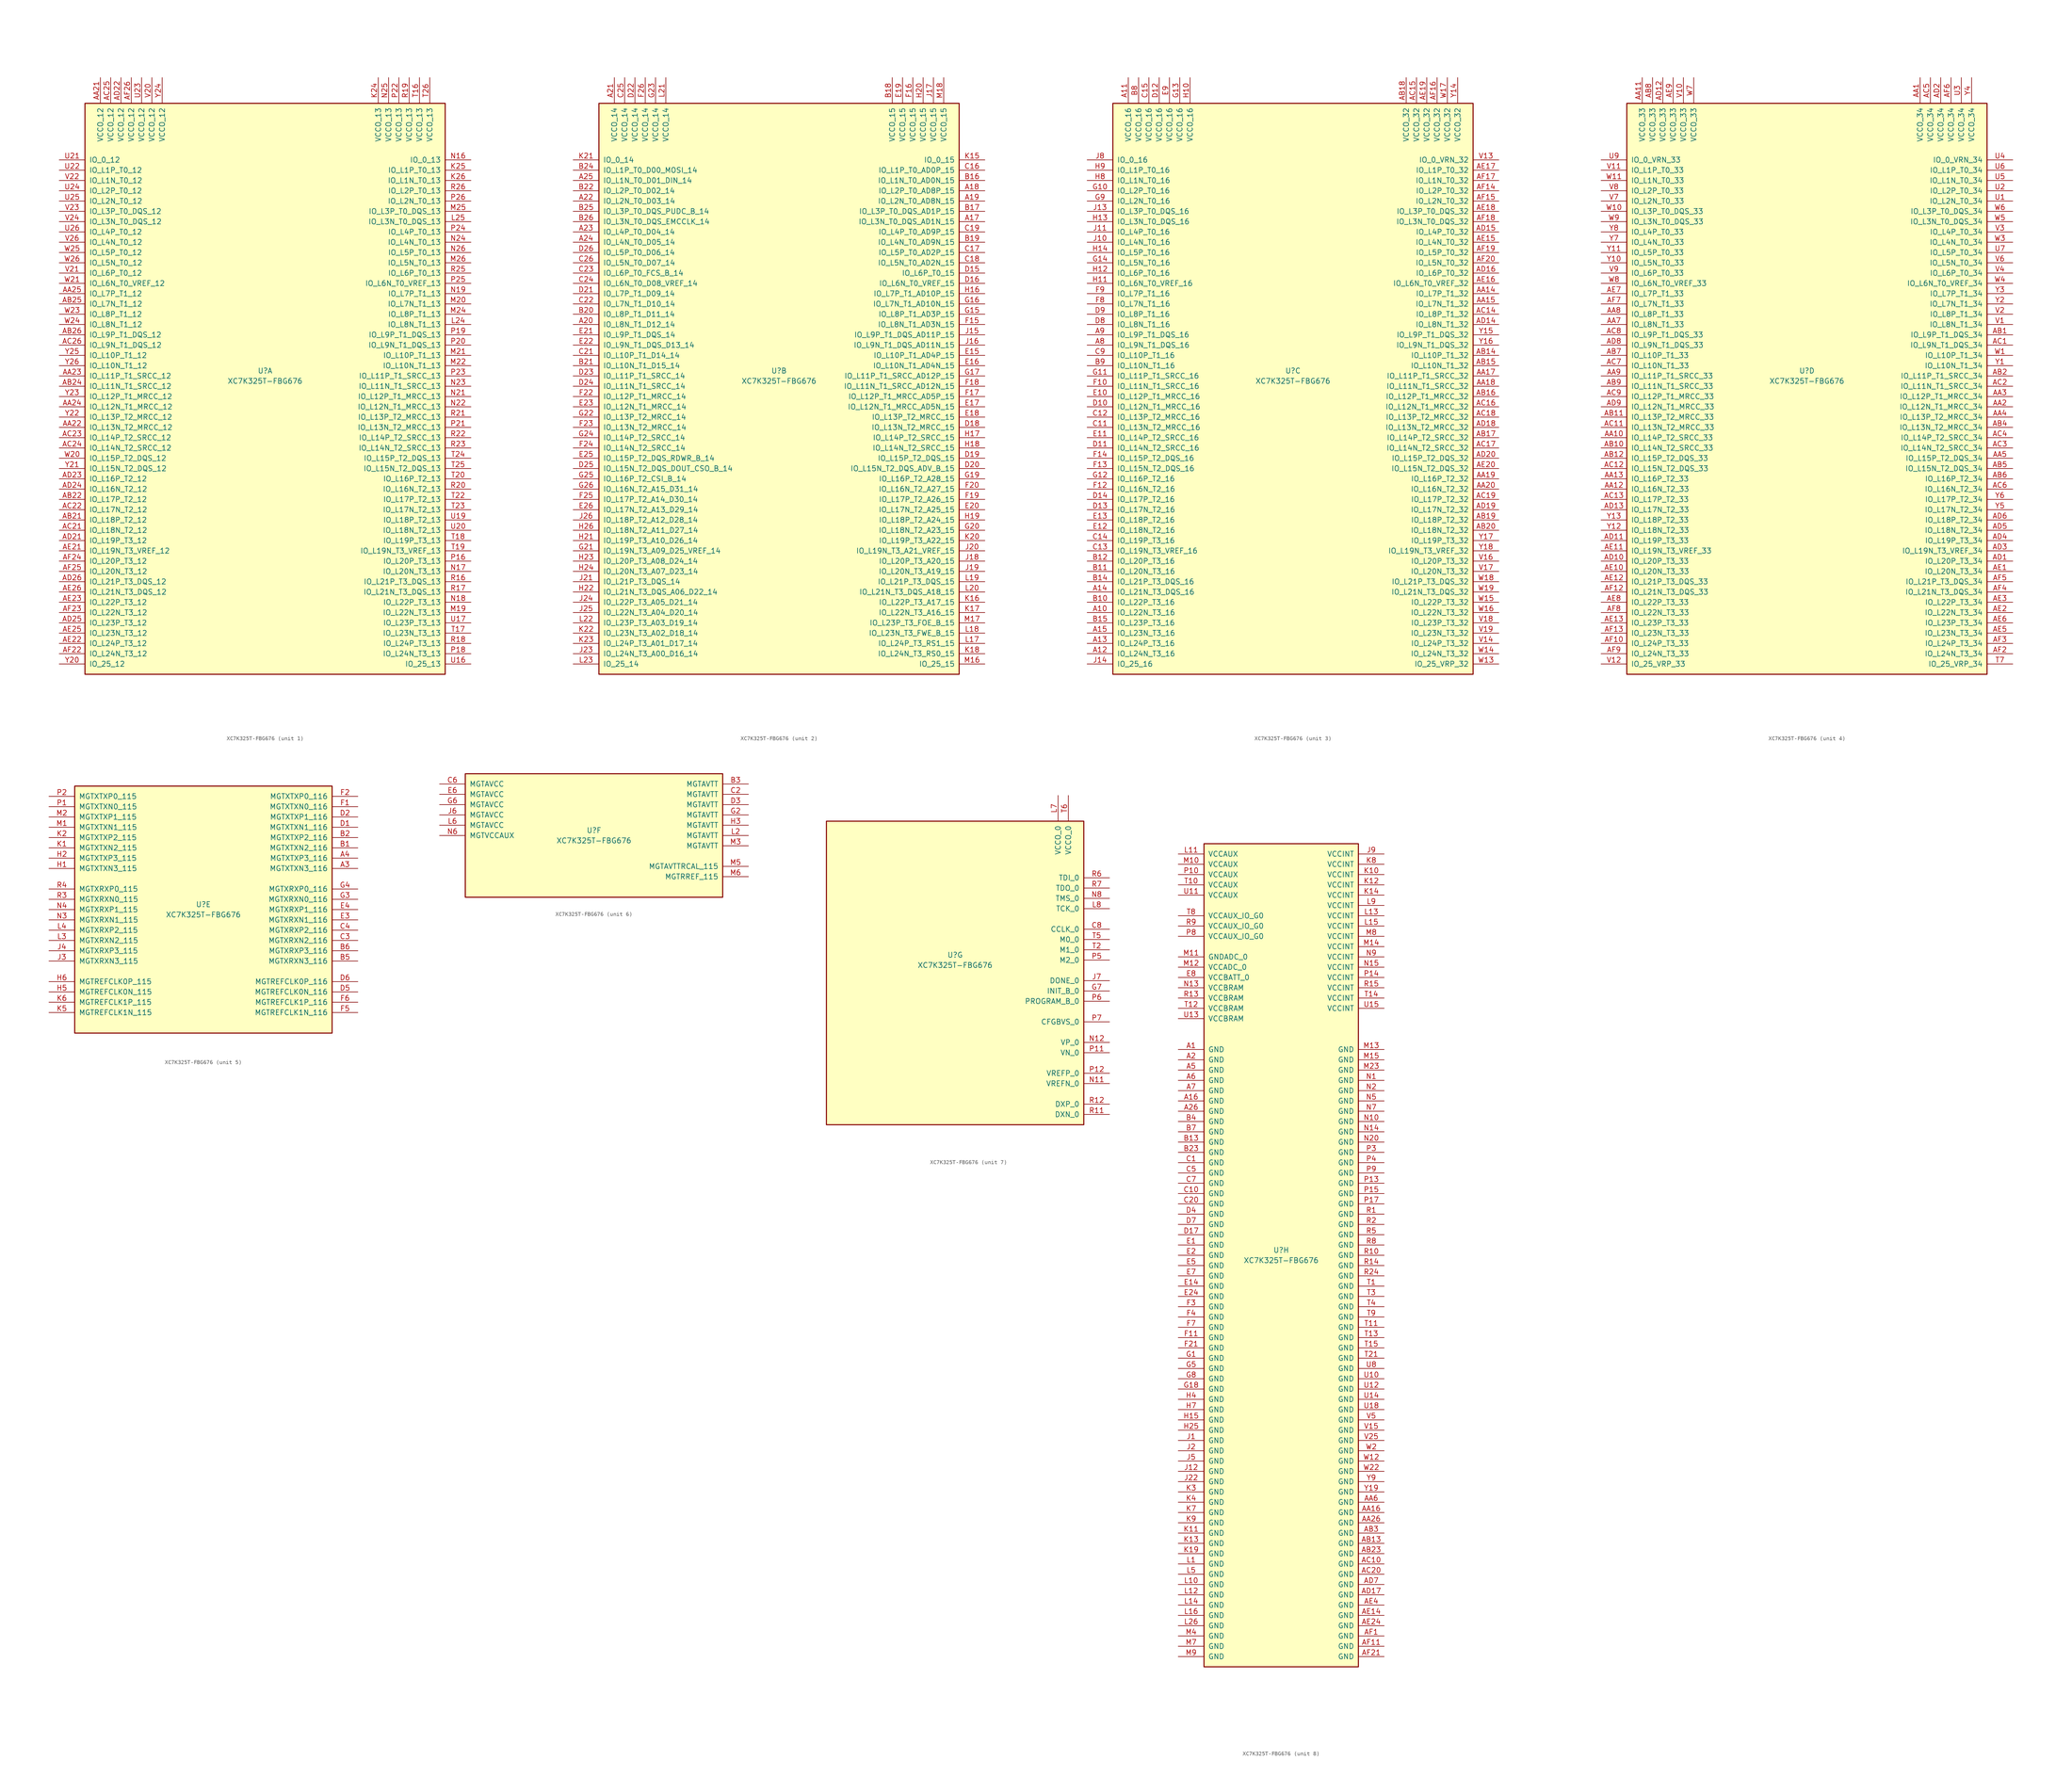
<source format=kicad_sym>
(kicad_symbol_lib
  (version 20211014)
  (generator kicad_symbol_editor)
  (symbol "XC7K325T-FBG676"
    (pin_names
      (offset 1.016))
    (property "Reference" "U"
      (at 0 1.27 0)
      (effects (font (size 1.27 1.27))))
    (property "Value" "XC7K325T-FBG676"
      (at 0 -1.27 0)
      (effects (font (size 1.27 1.27))))
    (property "Datasheet" ""
      (at 0 0 0)
      (effects (font (size 1.27 1.27))))
    (property "ki_locked" ""
      (at 0 0 0)
      (effects (font (size 1.27 1.27))))
    (symbol "XC7K325T-FBG676_1_1"
      (rectangle (start -44.45 67.31) (end 44.45 -73.66) (stroke (width 0.254) (type default) (color 0 0 0 0)) (fill (type background)))
      (pin power_in line (at -40.64 73.66 270) (length 6.35) (name "VCCO_12" (effects (font (size 1.27 1.27)))) (number "AA21" (effects (font (size 1.27 1.27)))))
      (pin bidirectional line (at -50.8 -12.7 0) (length 6.35) (name "IO_L13N_T2_MRCC_12" (effects (font (size 1.27 1.27)))) (number "AA22" (effects (font (size 1.27 1.27)))))
      (pin bidirectional line (at -50.8 0 0) (length 6.35) (name "IO_L11P_T1_SRCC_12" (effects (font (size 1.27 1.27)))) (number "AA23" (effects (font (size 1.27 1.27)))))
      (pin bidirectional line (at -50.8 -7.62 0) (length 6.35) (name "IO_L12N_T1_MRCC_12" (effects (font (size 1.27 1.27)))) (number "AA24" (effects (font (size 1.27 1.27)))))
      (pin bidirectional line (at -50.8 20.32 0) (length 6.35) (name "IO_L7P_T1_12" (effects (font (size 1.27 1.27)))) (number "AA25" (effects (font (size 1.27 1.27)))))
      (pin bidirectional line (at -50.8 -35.56 0) (length 6.35) (name "IO_L18P_T2_12" (effects (font (size 1.27 1.27)))) (number "AB21" (effects (font (size 1.27 1.27)))))
      (pin bidirectional line (at -50.8 -30.48 0) (length 6.35) (name "IO_L17P_T2_12" (effects (font (size 1.27 1.27)))) (number "AB22" (effects (font (size 1.27 1.27)))))
      (pin bidirectional line (at -50.8 -2.54 0) (length 6.35) (name "IO_L11N_T1_SRCC_12" (effects (font (size 1.27 1.27)))) (number "AB24" (effects (font (size 1.27 1.27)))))
      (pin bidirectional line (at -50.8 17.78 0) (length 6.35) (name "IO_L7N_T1_12" (effects (font (size 1.27 1.27)))) (number "AB25" (effects (font (size 1.27 1.27)))))
      (pin bidirectional line (at -50.8 10.16 0) (length 6.35) (name "IO_L9P_T1_DQS_12" (effects (font (size 1.27 1.27)))) (number "AB26" (effects (font (size 1.27 1.27)))))
      (pin bidirectional line (at -50.8 -38.1 0) (length 6.35) (name "IO_L18N_T2_12" (effects (font (size 1.27 1.27)))) (number "AC21" (effects (font (size 1.27 1.27)))))
      (pin bidirectional line (at -50.8 -33.02 0) (length 6.35) (name "IO_L17N_T2_12" (effects (font (size 1.27 1.27)))) (number "AC22" (effects (font (size 1.27 1.27)))))
      (pin bidirectional line (at -50.8 -15.24 0) (length 6.35) (name "IO_L14P_T2_SRCC_12" (effects (font (size 1.27 1.27)))) (number "AC23" (effects (font (size 1.27 1.27)))))
      (pin bidirectional line (at -50.8 -17.78 0) (length 6.35) (name "IO_L14N_T2_SRCC_12" (effects (font (size 1.27 1.27)))) (number "AC24" (effects (font (size 1.27 1.27)))))
      (pin power_in line (at -38.1 73.66 270) (length 6.35) (name "VCCO_12" (effects (font (size 1.27 1.27)))) (number "AC25" (effects (font (size 1.27 1.27)))))
      (pin bidirectional line (at -50.8 7.62 0) (length 6.35) (name "IO_L9N_T1_DQS_12" (effects (font (size 1.27 1.27)))) (number "AC26" (effects (font (size 1.27 1.27)))))
      (pin bidirectional line (at -50.8 -40.64 0) (length 6.35) (name "IO_L19P_T3_12" (effects (font (size 1.27 1.27)))) (number "AD21" (effects (font (size 1.27 1.27)))))
      (pin power_in line (at -35.56 73.66 270) (length 6.35) (name "VCCO_12" (effects (font (size 1.27 1.27)))) (number "AD22" (effects (font (size 1.27 1.27)))))
      (pin bidirectional line (at -50.8 -25.4 0) (length 6.35) (name "IO_L16P_T2_12" (effects (font (size 1.27 1.27)))) (number "AD23" (effects (font (size 1.27 1.27)))))
      (pin bidirectional line (at -50.8 -27.94 0) (length 6.35) (name "IO_L16N_T2_12" (effects (font (size 1.27 1.27)))) (number "AD24" (effects (font (size 1.27 1.27)))))
      (pin bidirectional line (at -50.8 -60.96 0) (length 6.35) (name "IO_L23P_T3_12" (effects (font (size 1.27 1.27)))) (number "AD25" (effects (font (size 1.27 1.27)))))
      (pin bidirectional line (at -50.8 -50.8 0) (length 6.35) (name "IO_L21P_T3_DQS_12" (effects (font (size 1.27 1.27)))) (number "AD26" (effects (font (size 1.27 1.27)))))
      (pin bidirectional line (at -50.8 -43.18 0) (length 6.35) (name "IO_L19N_T3_VREF_12" (effects (font (size 1.27 1.27)))) (number "AE21" (effects (font (size 1.27 1.27)))))
      (pin bidirectional line (at -50.8 -66.04 0) (length 6.35) (name "IO_L24P_T3_12" (effects (font (size 1.27 1.27)))) (number "AE22" (effects (font (size 1.27 1.27)))))
      (pin bidirectional line (at -50.8 -55.88 0) (length 6.35) (name "IO_L22P_T3_12" (effects (font (size 1.27 1.27)))) (number "AE23" (effects (font (size 1.27 1.27)))))
      (pin bidirectional line (at -50.8 -63.5 0) (length 6.35) (name "IO_L23N_T3_12" (effects (font (size 1.27 1.27)))) (number "AE25" (effects (font (size 1.27 1.27)))))
      (pin bidirectional line (at -50.8 -53.34 0) (length 6.35) (name "IO_L21N_T3_DQS_12" (effects (font (size 1.27 1.27)))) (number "AE26" (effects (font (size 1.27 1.27)))))
      (pin bidirectional line (at -50.8 -68.58 0) (length 6.35) (name "IO_L24N_T3_12" (effects (font (size 1.27 1.27)))) (number "AF22" (effects (font (size 1.27 1.27)))))
      (pin bidirectional line (at -50.8 -58.42 0) (length 6.35) (name "IO_L22N_T3_12" (effects (font (size 1.27 1.27)))) (number "AF23" (effects (font (size 1.27 1.27)))))
      (pin bidirectional line (at -50.8 -45.72 0) (length 6.35) (name "IO_L20P_T3_12" (effects (font (size 1.27 1.27)))) (number "AF24" (effects (font (size 1.27 1.27)))))
      (pin bidirectional line (at -50.8 -48.26 0) (length 6.35) (name "IO_L20N_T3_12" (effects (font (size 1.27 1.27)))) (number "AF25" (effects (font (size 1.27 1.27)))))
      (pin power_in line (at -33.02 73.66 270) (length 6.35) (name "VCCO_12" (effects (font (size 1.27 1.27)))) (number "AF26" (effects (font (size 1.27 1.27)))))
      (pin power_in line (at 27.94 73.66 270) (length 6.35) (name "VCCO_13" (effects (font (size 1.27 1.27)))) (number "K24" (effects (font (size 1.27 1.27)))))
      (pin bidirectional line (at 50.8 50.8 180) (length 6.35) (name "IO_L1P_T0_13" (effects (font (size 1.27 1.27)))) (number "K25" (effects (font (size 1.27 1.27)))))
      (pin bidirectional line (at 50.8 48.26 180) (length 6.35) (name "IO_L1N_T0_13" (effects (font (size 1.27 1.27)))) (number "K26" (effects (font (size 1.27 1.27)))))
      (pin bidirectional line (at 50.8 12.7 180) (length 6.35) (name "IO_L8N_T1_13" (effects (font (size 1.27 1.27)))) (number "L24" (effects (font (size 1.27 1.27)))))
      (pin bidirectional line (at 50.8 38.1 180) (length 6.35) (name "IO_L3N_T0_DQS_13" (effects (font (size 1.27 1.27)))) (number "L25" (effects (font (size 1.27 1.27)))))
      (pin bidirectional line (at 50.8 -58.42 180) (length 6.35) (name "IO_L22N_T3_13" (effects (font (size 1.27 1.27)))) (number "M19" (effects (font (size 1.27 1.27)))))
      (pin bidirectional line (at 50.8 17.78 180) (length 6.35) (name "IO_L7N_T1_13" (effects (font (size 1.27 1.27)))) (number "M20" (effects (font (size 1.27 1.27)))))
      (pin bidirectional line (at 50.8 5.08 180) (length 6.35) (name "IO_L10P_T1_13" (effects (font (size 1.27 1.27)))) (number "M21" (effects (font (size 1.27 1.27)))))
      (pin bidirectional line (at 50.8 2.54 180) (length 6.35) (name "IO_L10N_T1_13" (effects (font (size 1.27 1.27)))) (number "M22" (effects (font (size 1.27 1.27)))))
      (pin bidirectional line (at 50.8 15.24 180) (length 6.35) (name "IO_L8P_T1_13" (effects (font (size 1.27 1.27)))) (number "M24" (effects (font (size 1.27 1.27)))))
      (pin bidirectional line (at 50.8 40.64 180) (length 6.35) (name "IO_L3P_T0_DQS_13" (effects (font (size 1.27 1.27)))) (number "M25" (effects (font (size 1.27 1.27)))))
      (pin bidirectional line (at 50.8 27.94 180) (length 6.35) (name "IO_L5N_T0_13" (effects (font (size 1.27 1.27)))) (number "M26" (effects (font (size 1.27 1.27)))))
      (pin bidirectional line (at 50.8 53.34 180) (length 6.35) (name "IO_0_13" (effects (font (size 1.27 1.27)))) (number "N16" (effects (font (size 1.27 1.27)))))
      (pin bidirectional line (at 50.8 -48.26 180) (length 6.35) (name "IO_L20N_T3_13" (effects (font (size 1.27 1.27)))) (number "N17" (effects (font (size 1.27 1.27)))))
      (pin bidirectional line (at 50.8 -55.88 180) (length 6.35) (name "IO_L22P_T3_13" (effects (font (size 1.27 1.27)))) (number "N18" (effects (font (size 1.27 1.27)))))
      (pin bidirectional line (at 50.8 20.32 180) (length 6.35) (name "IO_L7P_T1_13" (effects (font (size 1.27 1.27)))) (number "N19" (effects (font (size 1.27 1.27)))))
      (pin bidirectional line (at 50.8 -5.08 180) (length 6.35) (name "IO_L12P_T1_MRCC_13" (effects (font (size 1.27 1.27)))) (number "N21" (effects (font (size 1.27 1.27)))))
      (pin bidirectional line (at 50.8 -7.62 180) (length 6.35) (name "IO_L12N_T1_MRCC_13" (effects (font (size 1.27 1.27)))) (number "N22" (effects (font (size 1.27 1.27)))))
      (pin bidirectional line (at 50.8 -2.54 180) (length 6.35) (name "IO_L11N_T1_SRCC_13" (effects (font (size 1.27 1.27)))) (number "N23" (effects (font (size 1.27 1.27)))))
      (pin bidirectional line (at 50.8 33.02 180) (length 6.35) (name "IO_L4N_T0_13" (effects (font (size 1.27 1.27)))) (number "N24" (effects (font (size 1.27 1.27)))))
      (pin power_in line (at 30.48 73.66 270) (length 6.35) (name "VCCO_13" (effects (font (size 1.27 1.27)))) (number "N25" (effects (font (size 1.27 1.27)))))
      (pin bidirectional line (at 50.8 30.48 180) (length 6.35) (name "IO_L5P_T0_13" (effects (font (size 1.27 1.27)))) (number "N26" (effects (font (size 1.27 1.27)))))
      (pin bidirectional line (at 50.8 -45.72 180) (length 6.35) (name "IO_L20P_T3_13" (effects (font (size 1.27 1.27)))) (number "P16" (effects (font (size 1.27 1.27)))))
      (pin bidirectional line (at 50.8 -68.58 180) (length 6.35) (name "IO_L24N_T3_13" (effects (font (size 1.27 1.27)))) (number "P18" (effects (font (size 1.27 1.27)))))
      (pin bidirectional line (at 50.8 10.16 180) (length 6.35) (name "IO_L9P_T1_DQS_13" (effects (font (size 1.27 1.27)))) (number "P19" (effects (font (size 1.27 1.27)))))
      (pin bidirectional line (at 50.8 7.62 180) (length 6.35) (name "IO_L9N_T1_DQS_13" (effects (font (size 1.27 1.27)))) (number "P20" (effects (font (size 1.27 1.27)))))
      (pin bidirectional line (at 50.8 -12.7 180) (length 6.35) (name "IO_L13N_T2_MRCC_13" (effects (font (size 1.27 1.27)))) (number "P21" (effects (font (size 1.27 1.27)))))
      (pin power_in line (at 33.02 73.66 270) (length 6.35) (name "VCCO_13" (effects (font (size 1.27 1.27)))) (number "P22" (effects (font (size 1.27 1.27)))))
      (pin bidirectional line (at 50.8 0 180) (length 6.35) (name "IO_L11P_T1_SRCC_13" (effects (font (size 1.27 1.27)))) (number "P23" (effects (font (size 1.27 1.27)))))
      (pin bidirectional line (at 50.8 35.56 180) (length 6.35) (name "IO_L4P_T0_13" (effects (font (size 1.27 1.27)))) (number "P24" (effects (font (size 1.27 1.27)))))
      (pin bidirectional line (at 50.8 22.86 180) (length 6.35) (name "IO_L6N_T0_VREF_13" (effects (font (size 1.27 1.27)))) (number "P25" (effects (font (size 1.27 1.27)))))
      (pin bidirectional line (at 50.8 43.18 180) (length 6.35) (name "IO_L2N_T0_13" (effects (font (size 1.27 1.27)))) (number "P26" (effects (font (size 1.27 1.27)))))
      (pin bidirectional line (at 50.8 -50.8 180) (length 6.35) (name "IO_L21P_T3_DQS_13" (effects (font (size 1.27 1.27)))) (number "R16" (effects (font (size 1.27 1.27)))))
      (pin bidirectional line (at 50.8 -53.34 180) (length 6.35) (name "IO_L21N_T3_DQS_13" (effects (font (size 1.27 1.27)))) (number "R17" (effects (font (size 1.27 1.27)))))
      (pin bidirectional line (at 50.8 -66.04 180) (length 6.35) (name "IO_L24P_T3_13" (effects (font (size 1.27 1.27)))) (number "R18" (effects (font (size 1.27 1.27)))))
      (pin power_in line (at 35.56 73.66 270) (length 6.35) (name "VCCO_13" (effects (font (size 1.27 1.27)))) (number "R19" (effects (font (size 1.27 1.27)))))
      (pin bidirectional line (at 50.8 -27.94 180) (length 6.35) (name "IO_L16N_T2_13" (effects (font (size 1.27 1.27)))) (number "R20" (effects (font (size 1.27 1.27)))))
      (pin bidirectional line (at 50.8 -10.16 180) (length 6.35) (name "IO_L13P_T2_MRCC_13" (effects (font (size 1.27 1.27)))) (number "R21" (effects (font (size 1.27 1.27)))))
      (pin bidirectional line (at 50.8 -15.24 180) (length 6.35) (name "IO_L14P_T2_SRCC_13" (effects (font (size 1.27 1.27)))) (number "R22" (effects (font (size 1.27 1.27)))))
      (pin bidirectional line (at 50.8 -17.78 180) (length 6.35) (name "IO_L14N_T2_SRCC_13" (effects (font (size 1.27 1.27)))) (number "R23" (effects (font (size 1.27 1.27)))))
      (pin bidirectional line (at 50.8 25.4 180) (length 6.35) (name "IO_L6P_T0_13" (effects (font (size 1.27 1.27)))) (number "R25" (effects (font (size 1.27 1.27)))))
      (pin bidirectional line (at 50.8 45.72 180) (length 6.35) (name "IO_L2P_T0_13" (effects (font (size 1.27 1.27)))) (number "R26" (effects (font (size 1.27 1.27)))))
      (pin power_in line (at 38.1 73.66 270) (length 6.35) (name "VCCO_13" (effects (font (size 1.27 1.27)))) (number "T16" (effects (font (size 1.27 1.27)))))
      (pin bidirectional line (at 50.8 -63.5 180) (length 6.35) (name "IO_L23N_T3_13" (effects (font (size 1.27 1.27)))) (number "T17" (effects (font (size 1.27 1.27)))))
      (pin bidirectional line (at 50.8 -40.64 180) (length 6.35) (name "IO_L19P_T3_13" (effects (font (size 1.27 1.27)))) (number "T18" (effects (font (size 1.27 1.27)))))
      (pin bidirectional line (at 50.8 -43.18 180) (length 6.35) (name "IO_L19N_T3_VREF_13" (effects (font (size 1.27 1.27)))) (number "T19" (effects (font (size 1.27 1.27)))))
      (pin bidirectional line (at 50.8 -25.4 180) (length 6.35) (name "IO_L16P_T2_13" (effects (font (size 1.27 1.27)))) (number "T20" (effects (font (size 1.27 1.27)))))
      (pin bidirectional line (at 50.8 -30.48 180) (length 6.35) (name "IO_L17P_T2_13" (effects (font (size 1.27 1.27)))) (number "T22" (effects (font (size 1.27 1.27)))))
      (pin bidirectional line (at 50.8 -33.02 180) (length 6.35) (name "IO_L17N_T2_13" (effects (font (size 1.27 1.27)))) (number "T23" (effects (font (size 1.27 1.27)))))
      (pin bidirectional line (at 50.8 -20.32 180) (length 6.35) (name "IO_L15P_T2_DQS_13" (effects (font (size 1.27 1.27)))) (number "T24" (effects (font (size 1.27 1.27)))))
      (pin bidirectional line (at 50.8 -22.86 180) (length 6.35) (name "IO_L15N_T2_DQS_13" (effects (font (size 1.27 1.27)))) (number "T25" (effects (font (size 1.27 1.27)))))
      (pin power_in line (at 40.64 73.66 270) (length 6.35) (name "VCCO_13" (effects (font (size 1.27 1.27)))) (number "T26" (effects (font (size 1.27 1.27)))))
      (pin bidirectional line (at 50.8 -71.12 180) (length 6.35) (name "IO_25_13" (effects (font (size 1.27 1.27)))) (number "U16" (effects (font (size 1.27 1.27)))))
      (pin bidirectional line (at 50.8 -60.96 180) (length 6.35) (name "IO_L23P_T3_13" (effects (font (size 1.27 1.27)))) (number "U17" (effects (font (size 1.27 1.27)))))
      (pin bidirectional line (at 50.8 -35.56 180) (length 6.35) (name "IO_L18P_T2_13" (effects (font (size 1.27 1.27)))) (number "U19" (effects (font (size 1.27 1.27)))))
      (pin bidirectional line (at 50.8 -38.1 180) (length 6.35) (name "IO_L18N_T2_13" (effects (font (size 1.27 1.27)))) (number "U20" (effects (font (size 1.27 1.27)))))
      (pin bidirectional line (at -50.8 53.34 0) (length 6.35) (name "IO_0_12" (effects (font (size 1.27 1.27)))) (number "U21" (effects (font (size 1.27 1.27)))))
      (pin bidirectional line (at -50.8 50.8 0) (length 6.35) (name "IO_L1P_T0_12" (effects (font (size 1.27 1.27)))) (number "U22" (effects (font (size 1.27 1.27)))))
      (pin power_in line (at -30.48 73.66 270) (length 6.35) (name "VCCO_12" (effects (font (size 1.27 1.27)))) (number "U23" (effects (font (size 1.27 1.27)))))
      (pin bidirectional line (at -50.8 45.72 0) (length 6.35) (name "IO_L2P_T0_12" (effects (font (size 1.27 1.27)))) (number "U24" (effects (font (size 1.27 1.27)))))
      (pin bidirectional line (at -50.8 43.18 0) (length 6.35) (name "IO_L2N_T0_12" (effects (font (size 1.27 1.27)))) (number "U25" (effects (font (size 1.27 1.27)))))
      (pin bidirectional line (at -50.8 35.56 0) (length 6.35) (name "IO_L4P_T0_12" (effects (font (size 1.27 1.27)))) (number "U26" (effects (font (size 1.27 1.27)))))
      (pin power_in line (at -27.94 73.66 270) (length 6.35) (name "VCCO_12" (effects (font (size 1.27 1.27)))) (number "V20" (effects (font (size 1.27 1.27)))))
      (pin bidirectional line (at -50.8 25.4 0) (length 6.35) (name "IO_L6P_T0_12" (effects (font (size 1.27 1.27)))) (number "V21" (effects (font (size 1.27 1.27)))))
      (pin bidirectional line (at -50.8 48.26 0) (length 6.35) (name "IO_L1N_T0_12" (effects (font (size 1.27 1.27)))) (number "V22" (effects (font (size 1.27 1.27)))))
      (pin bidirectional line (at -50.8 40.64 0) (length 6.35) (name "IO_L3P_T0_DQS_12" (effects (font (size 1.27 1.27)))) (number "V23" (effects (font (size 1.27 1.27)))))
      (pin bidirectional line (at -50.8 38.1 0) (length 6.35) (name "IO_L3N_T0_DQS_12" (effects (font (size 1.27 1.27)))) (number "V24" (effects (font (size 1.27 1.27)))))
      (pin bidirectional line (at -50.8 33.02 0) (length 6.35) (name "IO_L4N_T0_12" (effects (font (size 1.27 1.27)))) (number "V26" (effects (font (size 1.27 1.27)))))
      (pin bidirectional line (at -50.8 -20.32 0) (length 6.35) (name "IO_L15P_T2_DQS_12" (effects (font (size 1.27 1.27)))) (number "W20" (effects (font (size 1.27 1.27)))))
      (pin bidirectional line (at -50.8 22.86 0) (length 6.35) (name "IO_L6N_T0_VREF_12" (effects (font (size 1.27 1.27)))) (number "W21" (effects (font (size 1.27 1.27)))))
      (pin bidirectional line (at -50.8 15.24 0) (length 6.35) (name "IO_L8P_T1_12" (effects (font (size 1.27 1.27)))) (number "W23" (effects (font (size 1.27 1.27)))))
      (pin bidirectional line (at -50.8 12.7 0) (length 6.35) (name "IO_L8N_T1_12" (effects (font (size 1.27 1.27)))) (number "W24" (effects (font (size 1.27 1.27)))))
      (pin bidirectional line (at -50.8 30.48 0) (length 6.35) (name "IO_L5P_T0_12" (effects (font (size 1.27 1.27)))) (number "W25" (effects (font (size 1.27 1.27)))))
      (pin bidirectional line (at -50.8 27.94 0) (length 6.35) (name "IO_L5N_T0_12" (effects (font (size 1.27 1.27)))) (number "W26" (effects (font (size 1.27 1.27)))))
      (pin bidirectional line (at -50.8 -71.12 0) (length 6.35) (name "IO_25_12" (effects (font (size 1.27 1.27)))) (number "Y20" (effects (font (size 1.27 1.27)))))
      (pin bidirectional line (at -50.8 -22.86 0) (length 6.35) (name "IO_L15N_T2_DQS_12" (effects (font (size 1.27 1.27)))) (number "Y21" (effects (font (size 1.27 1.27)))))
      (pin bidirectional line (at -50.8 -10.16 0) (length 6.35) (name "IO_L13P_T2_MRCC_12" (effects (font (size 1.27 1.27)))) (number "Y22" (effects (font (size 1.27 1.27)))))
      (pin bidirectional line (at -50.8 -5.08 0) (length 6.35) (name "IO_L12P_T1_MRCC_12" (effects (font (size 1.27 1.27)))) (number "Y23" (effects (font (size 1.27 1.27)))))
      (pin power_in line (at -25.4 73.66 270) (length 6.35) (name "VCCO_12" (effects (font (size 1.27 1.27)))) (number "Y24" (effects (font (size 1.27 1.27)))))
      (pin bidirectional line (at -50.8 5.08 0) (length 6.35) (name "IO_L10P_T1_12" (effects (font (size 1.27 1.27)))) (number "Y25" (effects (font (size 1.27 1.27)))))
      (pin bidirectional line (at -50.8 2.54 0) (length 6.35) (name "IO_L10N_T1_12" (effects (font (size 1.27 1.27)))) (number "Y26" (effects (font (size 1.27 1.27))))))
    (symbol "XC7K325T-FBG676_2_1"
      (rectangle (start -44.45 67.31) (end 44.45 -73.66) (stroke (width 0.254) (type default) (color 0 0 0 0)) (fill (type background)))
      (pin bidirectional line (at 50.8 38.1 180) (length 6.35) (name "IO_L3N_T0_DQS_AD1N_15" (effects (font (size 1.27 1.27)))) (number "A17" (effects (font (size 1.27 1.27)))))
      (pin bidirectional line (at 50.8 45.72 180) (length 6.35) (name "IO_L2P_T0_AD8P_15" (effects (font (size 1.27 1.27)))) (number "A18" (effects (font (size 1.27 1.27)))))
      (pin bidirectional line (at 50.8 43.18 180) (length 6.35) (name "IO_L2N_T0_AD8N_15" (effects (font (size 1.27 1.27)))) (number "A19" (effects (font (size 1.27 1.27)))))
      (pin bidirectional line (at -50.8 12.7 0) (length 6.35) (name "IO_L8N_T1_D12_14" (effects (font (size 1.27 1.27)))) (number "A20" (effects (font (size 1.27 1.27)))))
      (pin power_in line (at -40.64 73.66 270) (length 6.35) (name "VCCO_14" (effects (font (size 1.27 1.27)))) (number "A21" (effects (font (size 1.27 1.27)))))
      (pin bidirectional line (at -50.8 43.18 0) (length 6.35) (name "IO_L2N_T0_D03_14" (effects (font (size 1.27 1.27)))) (number "A22" (effects (font (size 1.27 1.27)))))
      (pin bidirectional line (at -50.8 35.56 0) (length 6.35) (name "IO_L4P_T0_D04_14" (effects (font (size 1.27 1.27)))) (number "A23" (effects (font (size 1.27 1.27)))))
      (pin bidirectional line (at -50.8 33.02 0) (length 6.35) (name "IO_L4N_T0_D05_14" (effects (font (size 1.27 1.27)))) (number "A24" (effects (font (size 1.27 1.27)))))
      (pin bidirectional line (at -50.8 48.26 0) (length 6.35) (name "IO_L1N_T0_D01_DIN_14" (effects (font (size 1.27 1.27)))) (number "A25" (effects (font (size 1.27 1.27)))))
      (pin bidirectional line (at 50.8 48.26 180) (length 6.35) (name "IO_L1N_T0_AD0N_15" (effects (font (size 1.27 1.27)))) (number "B16" (effects (font (size 1.27 1.27)))))
      (pin bidirectional line (at 50.8 40.64 180) (length 6.35) (name "IO_L3P_T0_DQS_AD1P_15" (effects (font (size 1.27 1.27)))) (number "B17" (effects (font (size 1.27 1.27)))))
      (pin power_in line (at 27.94 73.66 270) (length 6.35) (name "VCCO_15" (effects (font (size 1.27 1.27)))) (number "B18" (effects (font (size 1.27 1.27)))))
      (pin bidirectional line (at 50.8 33.02 180) (length 6.35) (name "IO_L4N_T0_AD9N_15" (effects (font (size 1.27 1.27)))) (number "B19" (effects (font (size 1.27 1.27)))))
      (pin bidirectional line (at -50.8 15.24 0) (length 6.35) (name "IO_L8P_T1_D11_14" (effects (font (size 1.27 1.27)))) (number "B20" (effects (font (size 1.27 1.27)))))
      (pin bidirectional line (at -50.8 2.54 0) (length 6.35) (name "IO_L10N_T1_D15_14" (effects (font (size 1.27 1.27)))) (number "B21" (effects (font (size 1.27 1.27)))))
      (pin bidirectional line (at -50.8 45.72 0) (length 6.35) (name "IO_L2P_T0_D02_14" (effects (font (size 1.27 1.27)))) (number "B22" (effects (font (size 1.27 1.27)))))
      (pin bidirectional line (at -50.8 50.8 0) (length 6.35) (name "IO_L1P_T0_D00_MOSI_14" (effects (font (size 1.27 1.27)))) (number "B24" (effects (font (size 1.27 1.27)))))
      (pin bidirectional line (at -50.8 40.64 0) (length 6.35) (name "IO_L3P_T0_DQS_PUDC_B_14" (effects (font (size 1.27 1.27)))) (number "B25" (effects (font (size 1.27 1.27)))))
      (pin bidirectional line (at -50.8 38.1 0) (length 6.35) (name "IO_L3N_T0_DQS_EMCCLK_14" (effects (font (size 1.27 1.27)))) (number "B26" (effects (font (size 1.27 1.27)))))
      (pin bidirectional line (at 50.8 50.8 180) (length 6.35) (name "IO_L1P_T0_AD0P_15" (effects (font (size 1.27 1.27)))) (number "C16" (effects (font (size 1.27 1.27)))))
      (pin bidirectional line (at 50.8 30.48 180) (length 6.35) (name "IO_L5P_T0_AD2P_15" (effects (font (size 1.27 1.27)))) (number "C17" (effects (font (size 1.27 1.27)))))
      (pin bidirectional line (at 50.8 27.94 180) (length 6.35) (name "IO_L5N_T0_AD2N_15" (effects (font (size 1.27 1.27)))) (number "C18" (effects (font (size 1.27 1.27)))))
      (pin bidirectional line (at 50.8 35.56 180) (length 6.35) (name "IO_L4P_T0_AD9P_15" (effects (font (size 1.27 1.27)))) (number "C19" (effects (font (size 1.27 1.27)))))
      (pin bidirectional line (at -50.8 5.08 0) (length 6.35) (name "IO_L10P_T1_D14_14" (effects (font (size 1.27 1.27)))) (number "C21" (effects (font (size 1.27 1.27)))))
      (pin bidirectional line (at -50.8 17.78 0) (length 6.35) (name "IO_L7N_T1_D10_14" (effects (font (size 1.27 1.27)))) (number "C22" (effects (font (size 1.27 1.27)))))
      (pin bidirectional line (at -50.8 25.4 0) (length 6.35) (name "IO_L6P_T0_FCS_B_14" (effects (font (size 1.27 1.27)))) (number "C23" (effects (font (size 1.27 1.27)))))
      (pin bidirectional line (at -50.8 22.86 0) (length 6.35) (name "IO_L6N_T0_D08_VREF_14" (effects (font (size 1.27 1.27)))) (number "C24" (effects (font (size 1.27 1.27)))))
      (pin power_in line (at -38.1 73.66 270) (length 6.35) (name "VCCO_14" (effects (font (size 1.27 1.27)))) (number "C25" (effects (font (size 1.27 1.27)))))
      (pin bidirectional line (at -50.8 27.94 0) (length 6.35) (name "IO_L5N_T0_D07_14" (effects (font (size 1.27 1.27)))) (number "C26" (effects (font (size 1.27 1.27)))))
      (pin bidirectional line (at 50.8 25.4 180) (length 6.35) (name "IO_L6P_T0_15" (effects (font (size 1.27 1.27)))) (number "D15" (effects (font (size 1.27 1.27)))))
      (pin bidirectional line (at 50.8 22.86 180) (length 6.35) (name "IO_L6N_T0_VREF_15" (effects (font (size 1.27 1.27)))) (number "D16" (effects (font (size 1.27 1.27)))))
      (pin bidirectional line (at 50.8 -12.7 180) (length 6.35) (name "IO_L13N_T2_MRCC_15" (effects (font (size 1.27 1.27)))) (number "D18" (effects (font (size 1.27 1.27)))))
      (pin bidirectional line (at 50.8 -20.32 180) (length 6.35) (name "IO_L15P_T2_DQS_15" (effects (font (size 1.27 1.27)))) (number "D19" (effects (font (size 1.27 1.27)))))
      (pin bidirectional line (at 50.8 -22.86 180) (length 6.35) (name "IO_L15N_T2_DQS_ADV_B_15" (effects (font (size 1.27 1.27)))) (number "D20" (effects (font (size 1.27 1.27)))))
      (pin bidirectional line (at -50.8 20.32 0) (length 6.35) (name "IO_L7P_T1_D09_14" (effects (font (size 1.27 1.27)))) (number "D21" (effects (font (size 1.27 1.27)))))
      (pin power_in line (at -35.56 73.66 270) (length 6.35) (name "VCCO_14" (effects (font (size 1.27 1.27)))) (number "D22" (effects (font (size 1.27 1.27)))))
      (pin bidirectional line (at -50.8 0 0) (length 6.35) (name "IO_L11P_T1_SRCC_14" (effects (font (size 1.27 1.27)))) (number "D23" (effects (font (size 1.27 1.27)))))
      (pin bidirectional line (at -50.8 -2.54 0) (length 6.35) (name "IO_L11N_T1_SRCC_14" (effects (font (size 1.27 1.27)))) (number "D24" (effects (font (size 1.27 1.27)))))
      (pin bidirectional line (at -50.8 -22.86 0) (length 6.35) (name "IO_L15N_T2_DQS_DOUT_CSO_B_14" (effects (font (size 1.27 1.27)))) (number "D25" (effects (font (size 1.27 1.27)))))
      (pin bidirectional line (at -50.8 30.48 0) (length 6.35) (name "IO_L5P_T0_D06_14" (effects (font (size 1.27 1.27)))) (number "D26" (effects (font (size 1.27 1.27)))))
      (pin bidirectional line (at 50.8 5.08 180) (length 6.35) (name "IO_L10P_T1_AD4P_15" (effects (font (size 1.27 1.27)))) (number "E15" (effects (font (size 1.27 1.27)))))
      (pin bidirectional line (at 50.8 2.54 180) (length 6.35) (name "IO_L10N_T1_AD4N_15" (effects (font (size 1.27 1.27)))) (number "E16" (effects (font (size 1.27 1.27)))))
      (pin bidirectional line (at 50.8 -7.62 180) (length 6.35) (name "IO_L12N_T1_MRCC_AD5N_15" (effects (font (size 1.27 1.27)))) (number "E17" (effects (font (size 1.27 1.27)))))
      (pin bidirectional line (at 50.8 -10.16 180) (length 6.35) (name "IO_L13P_T2_MRCC_15" (effects (font (size 1.27 1.27)))) (number "E18" (effects (font (size 1.27 1.27)))))
      (pin power_in line (at 30.48 73.66 270) (length 6.35) (name "VCCO_15" (effects (font (size 1.27 1.27)))) (number "E19" (effects (font (size 1.27 1.27)))))
      (pin bidirectional line (at 50.8 -33.02 180) (length 6.35) (name "IO_L17N_T2_A25_15" (effects (font (size 1.27 1.27)))) (number "E20" (effects (font (size 1.27 1.27)))))
      (pin bidirectional line (at -50.8 10.16 0) (length 6.35) (name "IO_L9P_T1_DQS_14" (effects (font (size 1.27 1.27)))) (number "E21" (effects (font (size 1.27 1.27)))))
      (pin bidirectional line (at -50.8 7.62 0) (length 6.35) (name "IO_L9N_T1_DQS_D13_14" (effects (font (size 1.27 1.27)))) (number "E22" (effects (font (size 1.27 1.27)))))
      (pin bidirectional line (at -50.8 -7.62 0) (length 6.35) (name "IO_L12N_T1_MRCC_14" (effects (font (size 1.27 1.27)))) (number "E23" (effects (font (size 1.27 1.27)))))
      (pin bidirectional line (at -50.8 -20.32 0) (length 6.35) (name "IO_L15P_T2_DQS_RDWR_B_14" (effects (font (size 1.27 1.27)))) (number "E25" (effects (font (size 1.27 1.27)))))
      (pin bidirectional line (at -50.8 -33.02 0) (length 6.35) (name "IO_L17N_T2_A13_D29_14" (effects (font (size 1.27 1.27)))) (number "E26" (effects (font (size 1.27 1.27)))))
      (pin bidirectional line (at 50.8 12.7 180) (length 6.35) (name "IO_L8N_T1_AD3N_15" (effects (font (size 1.27 1.27)))) (number "F15" (effects (font (size 1.27 1.27)))))
      (pin power_in line (at 33.02 73.66 270) (length 6.35) (name "VCCO_15" (effects (font (size 1.27 1.27)))) (number "F16" (effects (font (size 1.27 1.27)))))
      (pin bidirectional line (at 50.8 -5.08 180) (length 6.35) (name "IO_L12P_T1_MRCC_AD5P_15" (effects (font (size 1.27 1.27)))) (number "F17" (effects (font (size 1.27 1.27)))))
      (pin bidirectional line (at 50.8 -2.54 180) (length 6.35) (name "IO_L11N_T1_SRCC_AD12N_15" (effects (font (size 1.27 1.27)))) (number "F18" (effects (font (size 1.27 1.27)))))
      (pin bidirectional line (at 50.8 -30.48 180) (length 6.35) (name "IO_L17P_T2_A26_15" (effects (font (size 1.27 1.27)))) (number "F19" (effects (font (size 1.27 1.27)))))
      (pin bidirectional line (at 50.8 -27.94 180) (length 6.35) (name "IO_L16N_T2_A27_15" (effects (font (size 1.27 1.27)))) (number "F20" (effects (font (size 1.27 1.27)))))
      (pin bidirectional line (at -50.8 -5.08 0) (length 6.35) (name "IO_L12P_T1_MRCC_14" (effects (font (size 1.27 1.27)))) (number "F22" (effects (font (size 1.27 1.27)))))
      (pin bidirectional line (at -50.8 -12.7 0) (length 6.35) (name "IO_L13N_T2_MRCC_14" (effects (font (size 1.27 1.27)))) (number "F23" (effects (font (size 1.27 1.27)))))
      (pin bidirectional line (at -50.8 -17.78 0) (length 6.35) (name "IO_L14N_T2_SRCC_14" (effects (font (size 1.27 1.27)))) (number "F24" (effects (font (size 1.27 1.27)))))
      (pin bidirectional line (at -50.8 -30.48 0) (length 6.35) (name "IO_L17P_T2_A14_D30_14" (effects (font (size 1.27 1.27)))) (number "F25" (effects (font (size 1.27 1.27)))))
      (pin power_in line (at -33.02 73.66 270) (length 6.35) (name "VCCO_14" (effects (font (size 1.27 1.27)))) (number "F26" (effects (font (size 1.27 1.27)))))
      (pin bidirectional line (at 50.8 15.24 180) (length 6.35) (name "IO_L8P_T1_AD3P_15" (effects (font (size 1.27 1.27)))) (number "G15" (effects (font (size 1.27 1.27)))))
      (pin bidirectional line (at 50.8 17.78 180) (length 6.35) (name "IO_L7N_T1_AD10N_15" (effects (font (size 1.27 1.27)))) (number "G16" (effects (font (size 1.27 1.27)))))
      (pin bidirectional line (at 50.8 0 180) (length 6.35) (name "IO_L11P_T1_SRCC_AD12P_15" (effects (font (size 1.27 1.27)))) (number "G17" (effects (font (size 1.27 1.27)))))
      (pin bidirectional line (at 50.8 -25.4 180) (length 6.35) (name "IO_L16P_T2_A28_15" (effects (font (size 1.27 1.27)))) (number "G19" (effects (font (size 1.27 1.27)))))
      (pin bidirectional line (at 50.8 -38.1 180) (length 6.35) (name "IO_L18N_T2_A23_15" (effects (font (size 1.27 1.27)))) (number "G20" (effects (font (size 1.27 1.27)))))
      (pin bidirectional line (at -50.8 -43.18 0) (length 6.35) (name "IO_L19N_T3_A09_D25_VREF_14" (effects (font (size 1.27 1.27)))) (number "G21" (effects (font (size 1.27 1.27)))))
      (pin bidirectional line (at -50.8 -10.16 0) (length 6.35) (name "IO_L13P_T2_MRCC_14" (effects (font (size 1.27 1.27)))) (number "G22" (effects (font (size 1.27 1.27)))))
      (pin power_in line (at -30.48 73.66 270) (length 6.35) (name "VCCO_14" (effects (font (size 1.27 1.27)))) (number "G23" (effects (font (size 1.27 1.27)))))
      (pin bidirectional line (at -50.8 -15.24 0) (length 6.35) (name "IO_L14P_T2_SRCC_14" (effects (font (size 1.27 1.27)))) (number "G24" (effects (font (size 1.27 1.27)))))
      (pin bidirectional line (at -50.8 -25.4 0) (length 6.35) (name "IO_L16P_T2_CSI_B_14" (effects (font (size 1.27 1.27)))) (number "G25" (effects (font (size 1.27 1.27)))))
      (pin bidirectional line (at -50.8 -27.94 0) (length 6.35) (name "IO_L16N_T2_A15_D31_14" (effects (font (size 1.27 1.27)))) (number "G26" (effects (font (size 1.27 1.27)))))
      (pin bidirectional line (at 50.8 20.32 180) (length 6.35) (name "IO_L7P_T1_AD10P_15" (effects (font (size 1.27 1.27)))) (number "H16" (effects (font (size 1.27 1.27)))))
      (pin bidirectional line (at 50.8 -15.24 180) (length 6.35) (name "IO_L14P_T2_SRCC_15" (effects (font (size 1.27 1.27)))) (number "H17" (effects (font (size 1.27 1.27)))))
      (pin bidirectional line (at 50.8 -17.78 180) (length 6.35) (name "IO_L14N_T2_SRCC_15" (effects (font (size 1.27 1.27)))) (number "H18" (effects (font (size 1.27 1.27)))))
      (pin bidirectional line (at 50.8 -35.56 180) (length 6.35) (name "IO_L18P_T2_A24_15" (effects (font (size 1.27 1.27)))) (number "H19" (effects (font (size 1.27 1.27)))))
      (pin power_in line (at 35.56 73.66 270) (length 6.35) (name "VCCO_15" (effects (font (size 1.27 1.27)))) (number "H20" (effects (font (size 1.27 1.27)))))
      (pin bidirectional line (at -50.8 -40.64 0) (length 6.35) (name "IO_L19P_T3_A10_D26_14" (effects (font (size 1.27 1.27)))) (number "H21" (effects (font (size 1.27 1.27)))))
      (pin bidirectional line (at -50.8 -53.34 0) (length 6.35) (name "IO_L21N_T3_DQS_A06_D22_14" (effects (font (size 1.27 1.27)))) (number "H22" (effects (font (size 1.27 1.27)))))
      (pin bidirectional line (at -50.8 -45.72 0) (length 6.35) (name "IO_L20P_T3_A08_D24_14" (effects (font (size 1.27 1.27)))) (number "H23" (effects (font (size 1.27 1.27)))))
      (pin bidirectional line (at -50.8 -48.26 0) (length 6.35) (name "IO_L20N_T3_A07_D23_14" (effects (font (size 1.27 1.27)))) (number "H24" (effects (font (size 1.27 1.27)))))
      (pin bidirectional line (at -50.8 -38.1 0) (length 6.35) (name "IO_L18N_T2_A11_D27_14" (effects (font (size 1.27 1.27)))) (number "H26" (effects (font (size 1.27 1.27)))))
      (pin bidirectional line (at 50.8 10.16 180) (length 6.35) (name "IO_L9P_T1_DQS_AD11P_15" (effects (font (size 1.27 1.27)))) (number "J15" (effects (font (size 1.27 1.27)))))
      (pin bidirectional line (at 50.8 7.62 180) (length 6.35) (name "IO_L9N_T1_DQS_AD11N_15" (effects (font (size 1.27 1.27)))) (number "J16" (effects (font (size 1.27 1.27)))))
      (pin power_in line (at 38.1 73.66 270) (length 6.35) (name "VCCO_15" (effects (font (size 1.27 1.27)))) (number "J17" (effects (font (size 1.27 1.27)))))
      (pin bidirectional line (at 50.8 -45.72 180) (length 6.35) (name "IO_L20P_T3_A20_15" (effects (font (size 1.27 1.27)))) (number "J18" (effects (font (size 1.27 1.27)))))
      (pin bidirectional line (at 50.8 -48.26 180) (length 6.35) (name "IO_L20N_T3_A19_15" (effects (font (size 1.27 1.27)))) (number "J19" (effects (font (size 1.27 1.27)))))
      (pin bidirectional line (at 50.8 -43.18 180) (length 6.35) (name "IO_L19N_T3_A21_VREF_15" (effects (font (size 1.27 1.27)))) (number "J20" (effects (font (size 1.27 1.27)))))
      (pin bidirectional line (at -50.8 -50.8 0) (length 6.35) (name "IO_L21P_T3_DQS_14" (effects (font (size 1.27 1.27)))) (number "J21" (effects (font (size 1.27 1.27)))))
      (pin bidirectional line (at -50.8 -68.58 0) (length 6.35) (name "IO_L24N_T3_A00_D16_14" (effects (font (size 1.27 1.27)))) (number "J23" (effects (font (size 1.27 1.27)))))
      (pin bidirectional line (at -50.8 -55.88 0) (length 6.35) (name "IO_L22P_T3_A05_D21_14" (effects (font (size 1.27 1.27)))) (number "J24" (effects (font (size 1.27 1.27)))))
      (pin bidirectional line (at -50.8 -58.42 0) (length 6.35) (name "IO_L22N_T3_A04_D20_14" (effects (font (size 1.27 1.27)))) (number "J25" (effects (font (size 1.27 1.27)))))
      (pin bidirectional line (at -50.8 -35.56 0) (length 6.35) (name "IO_L18P_T2_A12_D28_14" (effects (font (size 1.27 1.27)))) (number "J26" (effects (font (size 1.27 1.27)))))
      (pin bidirectional line (at 50.8 53.34 180) (length 6.35) (name "IO_0_15" (effects (font (size 1.27 1.27)))) (number "K15" (effects (font (size 1.27 1.27)))))
      (pin bidirectional line (at 50.8 -55.88 180) (length 6.35) (name "IO_L22P_T3_A17_15" (effects (font (size 1.27 1.27)))) (number "K16" (effects (font (size 1.27 1.27)))))
      (pin bidirectional line (at 50.8 -58.42 180) (length 6.35) (name "IO_L22N_T3_A16_15" (effects (font (size 1.27 1.27)))) (number "K17" (effects (font (size 1.27 1.27)))))
      (pin bidirectional line (at 50.8 -68.58 180) (length 6.35) (name "IO_L24N_T3_RS0_15" (effects (font (size 1.27 1.27)))) (number "K18" (effects (font (size 1.27 1.27)))))
      (pin bidirectional line (at 50.8 -40.64 180) (length 6.35) (name "IO_L19P_T3_A22_15" (effects (font (size 1.27 1.27)))) (number "K20" (effects (font (size 1.27 1.27)))))
      (pin bidirectional line (at -50.8 53.34 0) (length 6.35) (name "IO_0_14" (effects (font (size 1.27 1.27)))) (number "K21" (effects (font (size 1.27 1.27)))))
      (pin bidirectional line (at -50.8 -63.5 0) (length 6.35) (name "IO_L23N_T3_A02_D18_14" (effects (font (size 1.27 1.27)))) (number "K22" (effects (font (size 1.27 1.27)))))
      (pin bidirectional line (at -50.8 -66.04 0) (length 6.35) (name "IO_L24P_T3_A01_D17_14" (effects (font (size 1.27 1.27)))) (number "K23" (effects (font (size 1.27 1.27)))))
      (pin bidirectional line (at 50.8 -66.04 180) (length 6.35) (name "IO_L24P_T3_RS1_15" (effects (font (size 1.27 1.27)))) (number "L17" (effects (font (size 1.27 1.27)))))
      (pin bidirectional line (at 50.8 -63.5 180) (length 6.35) (name "IO_L23N_T3_FWE_B_15" (effects (font (size 1.27 1.27)))) (number "L18" (effects (font (size 1.27 1.27)))))
      (pin bidirectional line (at 50.8 -50.8 180) (length 6.35) (name "IO_L21P_T3_DQS_15" (effects (font (size 1.27 1.27)))) (number "L19" (effects (font (size 1.27 1.27)))))
      (pin bidirectional line (at 50.8 -53.34 180) (length 6.35) (name "IO_L21N_T3_DQS_A18_15" (effects (font (size 1.27 1.27)))) (number "L20" (effects (font (size 1.27 1.27)))))
      (pin power_in line (at -27.94 73.66 270) (length 6.35) (name "VCCO_14" (effects (font (size 1.27 1.27)))) (number "L21" (effects (font (size 1.27 1.27)))))
      (pin bidirectional line (at -50.8 -60.96 0) (length 6.35) (name "IO_L23P_T3_A03_D19_14" (effects (font (size 1.27 1.27)))) (number "L22" (effects (font (size 1.27 1.27)))))
      (pin bidirectional line (at -50.8 -71.12 0) (length 6.35) (name "IO_25_14" (effects (font (size 1.27 1.27)))) (number "L23" (effects (font (size 1.27 1.27)))))
      (pin bidirectional line (at 50.8 -71.12 180) (length 6.35) (name "IO_25_15" (effects (font (size 1.27 1.27)))) (number "M16" (effects (font (size 1.27 1.27)))))
      (pin bidirectional line (at 50.8 -60.96 180) (length 6.35) (name "IO_L23P_T3_FOE_B_15" (effects (font (size 1.27 1.27)))) (number "M17" (effects (font (size 1.27 1.27)))))
      (pin power_in line (at 40.64 73.66 270) (length 6.35) (name "VCCO_15" (effects (font (size 1.27 1.27)))) (number "M18" (effects (font (size 1.27 1.27))))))
    (symbol "XC7K325T-FBG676_3_1"
      (rectangle (start -44.45 67.31) (end 44.45 -73.66) (stroke (width 0.254) (type default) (color 0 0 0 0)) (fill (type background)))
      (pin bidirectional line (at -50.8 -58.42 0) (length 6.35) (name "IO_L22N_T3_16" (effects (font (size 1.27 1.27)))) (number "A10" (effects (font (size 1.27 1.27)))))
      (pin power_in line (at -40.64 73.66 270) (length 6.35) (name "VCCO_16" (effects (font (size 1.27 1.27)))) (number "A11" (effects (font (size 1.27 1.27)))))
      (pin bidirectional line (at -50.8 -68.58 0) (length 6.35) (name "IO_L24N_T3_16" (effects (font (size 1.27 1.27)))) (number "A12" (effects (font (size 1.27 1.27)))))
      (pin bidirectional line (at -50.8 -66.04 0) (length 6.35) (name "IO_L24P_T3_16" (effects (font (size 1.27 1.27)))) (number "A13" (effects (font (size 1.27 1.27)))))
      (pin bidirectional line (at -50.8 -53.34 0) (length 6.35) (name "IO_L21N_T3_DQS_16" (effects (font (size 1.27 1.27)))) (number "A14" (effects (font (size 1.27 1.27)))))
      (pin bidirectional line (at -50.8 -63.5 0) (length 6.35) (name "IO_L23N_T3_16" (effects (font (size 1.27 1.27)))) (number "A15" (effects (font (size 1.27 1.27)))))
      (pin bidirectional line (at -50.8 7.62 0) (length 6.35) (name "IO_L9N_T1_DQS_16" (effects (font (size 1.27 1.27)))) (number "A8" (effects (font (size 1.27 1.27)))))
      (pin bidirectional line (at -50.8 10.16 0) (length 6.35) (name "IO_L9P_T1_DQS_16" (effects (font (size 1.27 1.27)))) (number "A9" (effects (font (size 1.27 1.27)))))
      (pin bidirectional line (at 50.8 20.32 180) (length 6.35) (name "IO_L7P_T1_32" (effects (font (size 1.27 1.27)))) (number "AA14" (effects (font (size 1.27 1.27)))))
      (pin bidirectional line (at 50.8 17.78 180) (length 6.35) (name "IO_L7N_T1_32" (effects (font (size 1.27 1.27)))) (number "AA15" (effects (font (size 1.27 1.27)))))
      (pin bidirectional line (at 50.8 0 180) (length 6.35) (name "IO_L11P_T1_SRCC_32" (effects (font (size 1.27 1.27)))) (number "AA17" (effects (font (size 1.27 1.27)))))
      (pin bidirectional line (at 50.8 -2.54 180) (length 6.35) (name "IO_L11N_T1_SRCC_32" (effects (font (size 1.27 1.27)))) (number "AA18" (effects (font (size 1.27 1.27)))))
      (pin bidirectional line (at 50.8 -25.4 180) (length 6.35) (name "IO_L16P_T2_32" (effects (font (size 1.27 1.27)))) (number "AA19" (effects (font (size 1.27 1.27)))))
      (pin bidirectional line (at 50.8 -27.94 180) (length 6.35) (name "IO_L16N_T2_32" (effects (font (size 1.27 1.27)))) (number "AA20" (effects (font (size 1.27 1.27)))))
      (pin bidirectional line (at 50.8 5.08 180) (length 6.35) (name "IO_L10P_T1_32" (effects (font (size 1.27 1.27)))) (number "AB14" (effects (font (size 1.27 1.27)))))
      (pin bidirectional line (at 50.8 2.54 180) (length 6.35) (name "IO_L10N_T1_32" (effects (font (size 1.27 1.27)))) (number "AB15" (effects (font (size 1.27 1.27)))))
      (pin bidirectional line (at 50.8 -5.08 180) (length 6.35) (name "IO_L12P_T1_MRCC_32" (effects (font (size 1.27 1.27)))) (number "AB16" (effects (font (size 1.27 1.27)))))
      (pin bidirectional line (at 50.8 -15.24 180) (length 6.35) (name "IO_L14P_T2_SRCC_32" (effects (font (size 1.27 1.27)))) (number "AB17" (effects (font (size 1.27 1.27)))))
      (pin power_in line (at 27.94 73.66 270) (length 6.35) (name "VCCO_32" (effects (font (size 1.27 1.27)))) (number "AB18" (effects (font (size 1.27 1.27)))))
      (pin bidirectional line (at 50.8 -35.56 180) (length 6.35) (name "IO_L18P_T2_32" (effects (font (size 1.27 1.27)))) (number "AB19" (effects (font (size 1.27 1.27)))))
      (pin bidirectional line (at 50.8 -38.1 180) (length 6.35) (name "IO_L18N_T2_32" (effects (font (size 1.27 1.27)))) (number "AB20" (effects (font (size 1.27 1.27)))))
      (pin bidirectional line (at 50.8 15.24 180) (length 6.35) (name "IO_L8P_T1_32" (effects (font (size 1.27 1.27)))) (number "AC14" (effects (font (size 1.27 1.27)))))
      (pin power_in line (at 30.48 73.66 270) (length 6.35) (name "VCCO_32" (effects (font (size 1.27 1.27)))) (number "AC15" (effects (font (size 1.27 1.27)))))
      (pin bidirectional line (at 50.8 -7.62 180) (length 6.35) (name "IO_L12N_T1_MRCC_32" (effects (font (size 1.27 1.27)))) (number "AC16" (effects (font (size 1.27 1.27)))))
      (pin bidirectional line (at 50.8 -17.78 180) (length 6.35) (name "IO_L14N_T2_SRCC_32" (effects (font (size 1.27 1.27)))) (number "AC17" (effects (font (size 1.27 1.27)))))
      (pin bidirectional line (at 50.8 -10.16 180) (length 6.35) (name "IO_L13P_T2_MRCC_32" (effects (font (size 1.27 1.27)))) (number "AC18" (effects (font (size 1.27 1.27)))))
      (pin bidirectional line (at 50.8 -30.48 180) (length 6.35) (name "IO_L17P_T2_32" (effects (font (size 1.27 1.27)))) (number "AC19" (effects (font (size 1.27 1.27)))))
      (pin bidirectional line (at 50.8 12.7 180) (length 6.35) (name "IO_L8N_T1_32" (effects (font (size 1.27 1.27)))) (number "AD14" (effects (font (size 1.27 1.27)))))
      (pin bidirectional line (at 50.8 35.56 180) (length 6.35) (name "IO_L4P_T0_32" (effects (font (size 1.27 1.27)))) (number "AD15" (effects (font (size 1.27 1.27)))))
      (pin bidirectional line (at 50.8 25.4 180) (length 6.35) (name "IO_L6P_T0_32" (effects (font (size 1.27 1.27)))) (number "AD16" (effects (font (size 1.27 1.27)))))
      (pin bidirectional line (at 50.8 -12.7 180) (length 6.35) (name "IO_L13N_T2_MRCC_32" (effects (font (size 1.27 1.27)))) (number "AD18" (effects (font (size 1.27 1.27)))))
      (pin bidirectional line (at 50.8 -33.02 180) (length 6.35) (name "IO_L17N_T2_32" (effects (font (size 1.27 1.27)))) (number "AD19" (effects (font (size 1.27 1.27)))))
      (pin bidirectional line (at 50.8 -20.32 180) (length 6.35) (name "IO_L15P_T2_DQS_32" (effects (font (size 1.27 1.27)))) (number "AD20" (effects (font (size 1.27 1.27)))))
      (pin bidirectional line (at 50.8 33.02 180) (length 6.35) (name "IO_L4N_T0_32" (effects (font (size 1.27 1.27)))) (number "AE15" (effects (font (size 1.27 1.27)))))
      (pin bidirectional line (at 50.8 22.86 180) (length 6.35) (name "IO_L6N_T0_VREF_32" (effects (font (size 1.27 1.27)))) (number "AE16" (effects (font (size 1.27 1.27)))))
      (pin bidirectional line (at 50.8 50.8 180) (length 6.35) (name "IO_L1P_T0_32" (effects (font (size 1.27 1.27)))) (number "AE17" (effects (font (size 1.27 1.27)))))
      (pin bidirectional line (at 50.8 40.64 180) (length 6.35) (name "IO_L3P_T0_DQS_32" (effects (font (size 1.27 1.27)))) (number "AE18" (effects (font (size 1.27 1.27)))))
      (pin power_in line (at 33.02 73.66 270) (length 6.35) (name "VCCO_32" (effects (font (size 1.27 1.27)))) (number "AE19" (effects (font (size 1.27 1.27)))))
      (pin bidirectional line (at 50.8 -22.86 180) (length 6.35) (name "IO_L15N_T2_DQS_32" (effects (font (size 1.27 1.27)))) (number "AE20" (effects (font (size 1.27 1.27)))))
      (pin bidirectional line (at 50.8 45.72 180) (length 6.35) (name "IO_L2P_T0_32" (effects (font (size 1.27 1.27)))) (number "AF14" (effects (font (size 1.27 1.27)))))
      (pin bidirectional line (at 50.8 43.18 180) (length 6.35) (name "IO_L2N_T0_32" (effects (font (size 1.27 1.27)))) (number "AF15" (effects (font (size 1.27 1.27)))))
      (pin power_in line (at 35.56 73.66 270) (length 6.35) (name "VCCO_32" (effects (font (size 1.27 1.27)))) (number "AF16" (effects (font (size 1.27 1.27)))))
      (pin bidirectional line (at 50.8 48.26 180) (length 6.35) (name "IO_L1N_T0_32" (effects (font (size 1.27 1.27)))) (number "AF17" (effects (font (size 1.27 1.27)))))
      (pin bidirectional line (at 50.8 38.1 180) (length 6.35) (name "IO_L3N_T0_DQS_32" (effects (font (size 1.27 1.27)))) (number "AF18" (effects (font (size 1.27 1.27)))))
      (pin bidirectional line (at 50.8 30.48 180) (length 6.35) (name "IO_L5P_T0_32" (effects (font (size 1.27 1.27)))) (number "AF19" (effects (font (size 1.27 1.27)))))
      (pin bidirectional line (at 50.8 27.94 180) (length 6.35) (name "IO_L5N_T0_32" (effects (font (size 1.27 1.27)))) (number "AF20" (effects (font (size 1.27 1.27)))))
      (pin bidirectional line (at -50.8 -55.88 0) (length 6.35) (name "IO_L22P_T3_16" (effects (font (size 1.27 1.27)))) (number "B10" (effects (font (size 1.27 1.27)))))
      (pin bidirectional line (at -50.8 -48.26 0) (length 6.35) (name "IO_L20N_T3_16" (effects (font (size 1.27 1.27)))) (number "B11" (effects (font (size 1.27 1.27)))))
      (pin bidirectional line (at -50.8 -45.72 0) (length 6.35) (name "IO_L20P_T3_16" (effects (font (size 1.27 1.27)))) (number "B12" (effects (font (size 1.27 1.27)))))
      (pin bidirectional line (at -50.8 -50.8 0) (length 6.35) (name "IO_L21P_T3_DQS_16" (effects (font (size 1.27 1.27)))) (number "B14" (effects (font (size 1.27 1.27)))))
      (pin bidirectional line (at -50.8 -60.96 0) (length 6.35) (name "IO_L23P_T3_16" (effects (font (size 1.27 1.27)))) (number "B15" (effects (font (size 1.27 1.27)))))
      (pin power_in line (at -38.1 73.66 270) (length 6.35) (name "VCCO_16" (effects (font (size 1.27 1.27)))) (number "B8" (effects (font (size 1.27 1.27)))))
      (pin bidirectional line (at -50.8 2.54 0) (length 6.35) (name "IO_L10N_T1_16" (effects (font (size 1.27 1.27)))) (number "B9" (effects (font (size 1.27 1.27)))))
      (pin bidirectional line (at -50.8 -12.7 0) (length 6.35) (name "IO_L13N_T2_MRCC_16" (effects (font (size 1.27 1.27)))) (number "C11" (effects (font (size 1.27 1.27)))))
      (pin bidirectional line (at -50.8 -10.16 0) (length 6.35) (name "IO_L13P_T2_MRCC_16" (effects (font (size 1.27 1.27)))) (number "C12" (effects (font (size 1.27 1.27)))))
      (pin bidirectional line (at -50.8 -43.18 0) (length 6.35) (name "IO_L19N_T3_VREF_16" (effects (font (size 1.27 1.27)))) (number "C13" (effects (font (size 1.27 1.27)))))
      (pin bidirectional line (at -50.8 -40.64 0) (length 6.35) (name "IO_L19P_T3_16" (effects (font (size 1.27 1.27)))) (number "C14" (effects (font (size 1.27 1.27)))))
      (pin power_in line (at -35.56 73.66 270) (length 6.35) (name "VCCO_16" (effects (font (size 1.27 1.27)))) (number "C15" (effects (font (size 1.27 1.27)))))
      (pin bidirectional line (at -50.8 5.08 0) (length 6.35) (name "IO_L10P_T1_16" (effects (font (size 1.27 1.27)))) (number "C9" (effects (font (size 1.27 1.27)))))
      (pin bidirectional line (at -50.8 -7.62 0) (length 6.35) (name "IO_L12N_T1_MRCC_16" (effects (font (size 1.27 1.27)))) (number "D10" (effects (font (size 1.27 1.27)))))
      (pin bidirectional line (at -50.8 -17.78 0) (length 6.35) (name "IO_L14N_T2_SRCC_16" (effects (font (size 1.27 1.27)))) (number "D11" (effects (font (size 1.27 1.27)))))
      (pin power_in line (at -33.02 73.66 270) (length 6.35) (name "VCCO_16" (effects (font (size 1.27 1.27)))) (number "D12" (effects (font (size 1.27 1.27)))))
      (pin bidirectional line (at -50.8 -33.02 0) (length 6.35) (name "IO_L17N_T2_16" (effects (font (size 1.27 1.27)))) (number "D13" (effects (font (size 1.27 1.27)))))
      (pin bidirectional line (at -50.8 -30.48 0) (length 6.35) (name "IO_L17P_T2_16" (effects (font (size 1.27 1.27)))) (number "D14" (effects (font (size 1.27 1.27)))))
      (pin bidirectional line (at -50.8 12.7 0) (length 6.35) (name "IO_L8N_T1_16" (effects (font (size 1.27 1.27)))) (number "D8" (effects (font (size 1.27 1.27)))))
      (pin bidirectional line (at -50.8 15.24 0) (length 6.35) (name "IO_L8P_T1_16" (effects (font (size 1.27 1.27)))) (number "D9" (effects (font (size 1.27 1.27)))))
      (pin bidirectional line (at -50.8 -5.08 0) (length 6.35) (name "IO_L12P_T1_MRCC_16" (effects (font (size 1.27 1.27)))) (number "E10" (effects (font (size 1.27 1.27)))))
      (pin bidirectional line (at -50.8 -15.24 0) (length 6.35) (name "IO_L14P_T2_SRCC_16" (effects (font (size 1.27 1.27)))) (number "E11" (effects (font (size 1.27 1.27)))))
      (pin bidirectional line (at -50.8 -38.1 0) (length 6.35) (name "IO_L18N_T2_16" (effects (font (size 1.27 1.27)))) (number "E12" (effects (font (size 1.27 1.27)))))
      (pin bidirectional line (at -50.8 -35.56 0) (length 6.35) (name "IO_L18P_T2_16" (effects (font (size 1.27 1.27)))) (number "E13" (effects (font (size 1.27 1.27)))))
      (pin power_in line (at -30.48 73.66 270) (length 6.35) (name "VCCO_16" (effects (font (size 1.27 1.27)))) (number "E9" (effects (font (size 1.27 1.27)))))
      (pin bidirectional line (at -50.8 -2.54 0) (length 6.35) (name "IO_L11N_T1_SRCC_16" (effects (font (size 1.27 1.27)))) (number "F10" (effects (font (size 1.27 1.27)))))
      (pin bidirectional line (at -50.8 -27.94 0) (length 6.35) (name "IO_L16N_T2_16" (effects (font (size 1.27 1.27)))) (number "F12" (effects (font (size 1.27 1.27)))))
      (pin bidirectional line (at -50.8 -22.86 0) (length 6.35) (name "IO_L15N_T2_DQS_16" (effects (font (size 1.27 1.27)))) (number "F13" (effects (font (size 1.27 1.27)))))
      (pin bidirectional line (at -50.8 -20.32 0) (length 6.35) (name "IO_L15P_T2_DQS_16" (effects (font (size 1.27 1.27)))) (number "F14" (effects (font (size 1.27 1.27)))))
      (pin bidirectional line (at -50.8 17.78 0) (length 6.35) (name "IO_L7N_T1_16" (effects (font (size 1.27 1.27)))) (number "F8" (effects (font (size 1.27 1.27)))))
      (pin bidirectional line (at -50.8 20.32 0) (length 6.35) (name "IO_L7P_T1_16" (effects (font (size 1.27 1.27)))) (number "F9" (effects (font (size 1.27 1.27)))))
      (pin bidirectional line (at -50.8 45.72 0) (length 6.35) (name "IO_L2P_T0_16" (effects (font (size 1.27 1.27)))) (number "G10" (effects (font (size 1.27 1.27)))))
      (pin bidirectional line (at -50.8 0 0) (length 6.35) (name "IO_L11P_T1_SRCC_16" (effects (font (size 1.27 1.27)))) (number "G11" (effects (font (size 1.27 1.27)))))
      (pin bidirectional line (at -50.8 -25.4 0) (length 6.35) (name "IO_L16P_T2_16" (effects (font (size 1.27 1.27)))) (number "G12" (effects (font (size 1.27 1.27)))))
      (pin power_in line (at -27.94 73.66 270) (length 6.35) (name "VCCO_16" (effects (font (size 1.27 1.27)))) (number "G13" (effects (font (size 1.27 1.27)))))
      (pin bidirectional line (at -50.8 27.94 0) (length 6.35) (name "IO_L5N_T0_16" (effects (font (size 1.27 1.27)))) (number "G14" (effects (font (size 1.27 1.27)))))
      (pin bidirectional line (at -50.8 43.18 0) (length 6.35) (name "IO_L2N_T0_16" (effects (font (size 1.27 1.27)))) (number "G9" (effects (font (size 1.27 1.27)))))
      (pin power_in line (at -25.4 73.66 270) (length 6.35) (name "VCCO_16" (effects (font (size 1.27 1.27)))) (number "H10" (effects (font (size 1.27 1.27)))))
      (pin bidirectional line (at -50.8 22.86 0) (length 6.35) (name "IO_L6N_T0_VREF_16" (effects (font (size 1.27 1.27)))) (number "H11" (effects (font (size 1.27 1.27)))))
      (pin bidirectional line (at -50.8 25.4 0) (length 6.35) (name "IO_L6P_T0_16" (effects (font (size 1.27 1.27)))) (number "H12" (effects (font (size 1.27 1.27)))))
      (pin bidirectional line (at -50.8 38.1 0) (length 6.35) (name "IO_L3N_T0_DQS_16" (effects (font (size 1.27 1.27)))) (number "H13" (effects (font (size 1.27 1.27)))))
      (pin bidirectional line (at -50.8 30.48 0) (length 6.35) (name "IO_L5P_T0_16" (effects (font (size 1.27 1.27)))) (number "H14" (effects (font (size 1.27 1.27)))))
      (pin bidirectional line (at -50.8 48.26 0) (length 6.35) (name "IO_L1N_T0_16" (effects (font (size 1.27 1.27)))) (number "H8" (effects (font (size 1.27 1.27)))))
      (pin bidirectional line (at -50.8 50.8 0) (length 6.35) (name "IO_L1P_T0_16" (effects (font (size 1.27 1.27)))) (number "H9" (effects (font (size 1.27 1.27)))))
      (pin bidirectional line (at -50.8 33.02 0) (length 6.35) (name "IO_L4N_T0_16" (effects (font (size 1.27 1.27)))) (number "J10" (effects (font (size 1.27 1.27)))))
      (pin bidirectional line (at -50.8 35.56 0) (length 6.35) (name "IO_L4P_T0_16" (effects (font (size 1.27 1.27)))) (number "J11" (effects (font (size 1.27 1.27)))))
      (pin bidirectional line (at -50.8 40.64 0) (length 6.35) (name "IO_L3P_T0_DQS_16" (effects (font (size 1.27 1.27)))) (number "J13" (effects (font (size 1.27 1.27)))))
      (pin bidirectional line (at -50.8 -71.12 0) (length 6.35) (name "IO_25_16" (effects (font (size 1.27 1.27)))) (number "J14" (effects (font (size 1.27 1.27)))))
      (pin bidirectional line (at -50.8 53.34 0) (length 6.35) (name "IO_0_16" (effects (font (size 1.27 1.27)))) (number "J8" (effects (font (size 1.27 1.27)))))
      (pin bidirectional line (at 50.8 53.34 180) (length 6.35) (name "IO_0_VRN_32" (effects (font (size 1.27 1.27)))) (number "V13" (effects (font (size 1.27 1.27)))))
      (pin bidirectional line (at 50.8 -66.04 180) (length 6.35) (name "IO_L24P_T3_32" (effects (font (size 1.27 1.27)))) (number "V14" (effects (font (size 1.27 1.27)))))
      (pin bidirectional line (at 50.8 -45.72 180) (length 6.35) (name "IO_L20P_T3_32" (effects (font (size 1.27 1.27)))) (number "V16" (effects (font (size 1.27 1.27)))))
      (pin bidirectional line (at 50.8 -48.26 180) (length 6.35) (name "IO_L20N_T3_32" (effects (font (size 1.27 1.27)))) (number "V17" (effects (font (size 1.27 1.27)))))
      (pin bidirectional line (at 50.8 -60.96 180) (length 6.35) (name "IO_L23P_T3_32" (effects (font (size 1.27 1.27)))) (number "V18" (effects (font (size 1.27 1.27)))))
      (pin bidirectional line (at 50.8 -63.5 180) (length 6.35) (name "IO_L23N_T3_32" (effects (font (size 1.27 1.27)))) (number "V19" (effects (font (size 1.27 1.27)))))
      (pin bidirectional line (at 50.8 -71.12 180) (length 6.35) (name "IO_25_VRP_32" (effects (font (size 1.27 1.27)))) (number "W13" (effects (font (size 1.27 1.27)))))
      (pin bidirectional line (at 50.8 -68.58 180) (length 6.35) (name "IO_L24N_T3_32" (effects (font (size 1.27 1.27)))) (number "W14" (effects (font (size 1.27 1.27)))))
      (pin bidirectional line (at 50.8 -55.88 180) (length 6.35) (name "IO_L22P_T3_32" (effects (font (size 1.27 1.27)))) (number "W15" (effects (font (size 1.27 1.27)))))
      (pin bidirectional line (at 50.8 -58.42 180) (length 6.35) (name "IO_L22N_T3_32" (effects (font (size 1.27 1.27)))) (number "W16" (effects (font (size 1.27 1.27)))))
      (pin power_in line (at 38.1 73.66 270) (length 6.35) (name "VCCO_32" (effects (font (size 1.27 1.27)))) (number "W17" (effects (font (size 1.27 1.27)))))
      (pin bidirectional line (at 50.8 -50.8 180) (length 6.35) (name "IO_L21P_T3_DQS_32" (effects (font (size 1.27 1.27)))) (number "W18" (effects (font (size 1.27 1.27)))))
      (pin bidirectional line (at 50.8 -53.34 180) (length 6.35) (name "IO_L21N_T3_DQS_32" (effects (font (size 1.27 1.27)))) (number "W19" (effects (font (size 1.27 1.27)))))
      (pin power_in line (at 40.64 73.66 270) (length 6.35) (name "VCCO_32" (effects (font (size 1.27 1.27)))) (number "Y14" (effects (font (size 1.27 1.27)))))
      (pin bidirectional line (at 50.8 10.16 180) (length 6.35) (name "IO_L9P_T1_DQS_32" (effects (font (size 1.27 1.27)))) (number "Y15" (effects (font (size 1.27 1.27)))))
      (pin bidirectional line (at 50.8 7.62 180) (length 6.35) (name "IO_L9N_T1_DQS_32" (effects (font (size 1.27 1.27)))) (number "Y16" (effects (font (size 1.27 1.27)))))
      (pin bidirectional line (at 50.8 -40.64 180) (length 6.35) (name "IO_L19P_T3_32" (effects (font (size 1.27 1.27)))) (number "Y17" (effects (font (size 1.27 1.27)))))
      (pin bidirectional line (at 50.8 -43.18 180) (length 6.35) (name "IO_L19N_T3_VREF_32" (effects (font (size 1.27 1.27)))) (number "Y18" (effects (font (size 1.27 1.27))))))
    (symbol "XC7K325T-FBG676_4_1"
      (rectangle (start -44.45 67.31) (end 44.45 -73.66) (stroke (width 0.254) (type default) (color 0 0 0 0)) (fill (type background)))
      (pin power_in line (at 27.94 73.66 270) (length 6.35) (name "VCCO_34" (effects (font (size 1.27 1.27)))) (number "AA1" (effects (font (size 1.27 1.27)))))
      (pin bidirectional line (at -50.8 -15.24 0) (length 6.35) (name "IO_L14P_T2_SRCC_33" (effects (font (size 1.27 1.27)))) (number "AA10" (effects (font (size 1.27 1.27)))))
      (pin power_in line (at -40.64 73.66 270) (length 6.35) (name "VCCO_33" (effects (font (size 1.27 1.27)))) (number "AA11" (effects (font (size 1.27 1.27)))))
      (pin bidirectional line (at -50.8 -27.94 0) (length 6.35) (name "IO_L16N_T2_33" (effects (font (size 1.27 1.27)))) (number "AA12" (effects (font (size 1.27 1.27)))))
      (pin bidirectional line (at -50.8 -25.4 0) (length 6.35) (name "IO_L16P_T2_33" (effects (font (size 1.27 1.27)))) (number "AA13" (effects (font (size 1.27 1.27)))))
      (pin bidirectional line (at 50.8 -7.62 180) (length 6.35) (name "IO_L12N_T1_MRCC_34" (effects (font (size 1.27 1.27)))) (number "AA2" (effects (font (size 1.27 1.27)))))
      (pin bidirectional line (at 50.8 -5.08 180) (length 6.35) (name "IO_L12P_T1_MRCC_34" (effects (font (size 1.27 1.27)))) (number "AA3" (effects (font (size 1.27 1.27)))))
      (pin bidirectional line (at 50.8 -10.16 180) (length 6.35) (name "IO_L13P_T2_MRCC_34" (effects (font (size 1.27 1.27)))) (number "AA4" (effects (font (size 1.27 1.27)))))
      (pin bidirectional line (at 50.8 -20.32 180) (length 6.35) (name "IO_L15P_T2_DQS_34" (effects (font (size 1.27 1.27)))) (number "AA5" (effects (font (size 1.27 1.27)))))
      (pin bidirectional line (at -50.8 12.7 0) (length 6.35) (name "IO_L8N_T1_33" (effects (font (size 1.27 1.27)))) (number "AA7" (effects (font (size 1.27 1.27)))))
      (pin bidirectional line (at -50.8 15.24 0) (length 6.35) (name "IO_L8P_T1_33" (effects (font (size 1.27 1.27)))) (number "AA8" (effects (font (size 1.27 1.27)))))
      (pin bidirectional line (at -50.8 0 0) (length 6.35) (name "IO_L11P_T1_SRCC_33" (effects (font (size 1.27 1.27)))) (number "AA9" (effects (font (size 1.27 1.27)))))
      (pin bidirectional line (at 50.8 10.16 180) (length 6.35) (name "IO_L9P_T1_DQS_34" (effects (font (size 1.27 1.27)))) (number "AB1" (effects (font (size 1.27 1.27)))))
      (pin bidirectional line (at -50.8 -17.78 0) (length 6.35) (name "IO_L14N_T2_SRCC_33" (effects (font (size 1.27 1.27)))) (number "AB10" (effects (font (size 1.27 1.27)))))
      (pin bidirectional line (at -50.8 -10.16 0) (length 6.35) (name "IO_L13P_T2_MRCC_33" (effects (font (size 1.27 1.27)))) (number "AB11" (effects (font (size 1.27 1.27)))))
      (pin bidirectional line (at -50.8 -20.32 0) (length 6.35) (name "IO_L15P_T2_DQS_33" (effects (font (size 1.27 1.27)))) (number "AB12" (effects (font (size 1.27 1.27)))))
      (pin bidirectional line (at 50.8 0 180) (length 6.35) (name "IO_L11P_T1_SRCC_34" (effects (font (size 1.27 1.27)))) (number "AB2" (effects (font (size 1.27 1.27)))))
      (pin bidirectional line (at 50.8 -12.7 180) (length 6.35) (name "IO_L13N_T2_MRCC_34" (effects (font (size 1.27 1.27)))) (number "AB4" (effects (font (size 1.27 1.27)))))
      (pin bidirectional line (at 50.8 -22.86 180) (length 6.35) (name "IO_L15N_T2_DQS_34" (effects (font (size 1.27 1.27)))) (number "AB5" (effects (font (size 1.27 1.27)))))
      (pin bidirectional line (at 50.8 -25.4 180) (length 6.35) (name "IO_L16P_T2_34" (effects (font (size 1.27 1.27)))) (number "AB6" (effects (font (size 1.27 1.27)))))
      (pin bidirectional line (at -50.8 5.08 0) (length 6.35) (name "IO_L10P_T1_33" (effects (font (size 1.27 1.27)))) (number "AB7" (effects (font (size 1.27 1.27)))))
      (pin power_in line (at -38.1 73.66 270) (length 6.35) (name "VCCO_33" (effects (font (size 1.27 1.27)))) (number "AB8" (effects (font (size 1.27 1.27)))))
      (pin bidirectional line (at -50.8 -2.54 0) (length 6.35) (name "IO_L11N_T1_SRCC_33" (effects (font (size 1.27 1.27)))) (number "AB9" (effects (font (size 1.27 1.27)))))
      (pin bidirectional line (at 50.8 7.62 180) (length 6.35) (name "IO_L9N_T1_DQS_34" (effects (font (size 1.27 1.27)))) (number "AC1" (effects (font (size 1.27 1.27)))))
      (pin bidirectional line (at -50.8 -12.7 0) (length 6.35) (name "IO_L13N_T2_MRCC_33" (effects (font (size 1.27 1.27)))) (number "AC11" (effects (font (size 1.27 1.27)))))
      (pin bidirectional line (at -50.8 -22.86 0) (length 6.35) (name "IO_L15N_T2_DQS_33" (effects (font (size 1.27 1.27)))) (number "AC12" (effects (font (size 1.27 1.27)))))
      (pin bidirectional line (at -50.8 -30.48 0) (length 6.35) (name "IO_L17P_T2_33" (effects (font (size 1.27 1.27)))) (number "AC13" (effects (font (size 1.27 1.27)))))
      (pin bidirectional line (at 50.8 -2.54 180) (length 6.35) (name "IO_L11N_T1_SRCC_34" (effects (font (size 1.27 1.27)))) (number "AC2" (effects (font (size 1.27 1.27)))))
      (pin bidirectional line (at 50.8 -17.78 180) (length 6.35) (name "IO_L14N_T2_SRCC_34" (effects (font (size 1.27 1.27)))) (number "AC3" (effects (font (size 1.27 1.27)))))
      (pin bidirectional line (at 50.8 -15.24 180) (length 6.35) (name "IO_L14P_T2_SRCC_34" (effects (font (size 1.27 1.27)))) (number "AC4" (effects (font (size 1.27 1.27)))))
      (pin power_in line (at 30.48 73.66 270) (length 6.35) (name "VCCO_34" (effects (font (size 1.27 1.27)))) (number "AC5" (effects (font (size 1.27 1.27)))))
      (pin bidirectional line (at 50.8 -27.94 180) (length 6.35) (name "IO_L16N_T2_34" (effects (font (size 1.27 1.27)))) (number "AC6" (effects (font (size 1.27 1.27)))))
      (pin bidirectional line (at -50.8 2.54 0) (length 6.35) (name "IO_L10N_T1_33" (effects (font (size 1.27 1.27)))) (number "AC7" (effects (font (size 1.27 1.27)))))
      (pin bidirectional line (at -50.8 10.16 0) (length 6.35) (name "IO_L9P_T1_DQS_33" (effects (font (size 1.27 1.27)))) (number "AC8" (effects (font (size 1.27 1.27)))))
      (pin bidirectional line (at -50.8 -5.08 0) (length 6.35) (name "IO_L12P_T1_MRCC_33" (effects (font (size 1.27 1.27)))) (number "AC9" (effects (font (size 1.27 1.27)))))
      (pin bidirectional line (at 50.8 -45.72 180) (length 6.35) (name "IO_L20P_T3_34" (effects (font (size 1.27 1.27)))) (number "AD1" (effects (font (size 1.27 1.27)))))
      (pin bidirectional line (at -50.8 -45.72 0) (length 6.35) (name "IO_L20P_T3_33" (effects (font (size 1.27 1.27)))) (number "AD10" (effects (font (size 1.27 1.27)))))
      (pin bidirectional line (at -50.8 -40.64 0) (length 6.35) (name "IO_L19P_T3_33" (effects (font (size 1.27 1.27)))) (number "AD11" (effects (font (size 1.27 1.27)))))
      (pin power_in line (at -35.56 73.66 270) (length 6.35) (name "VCCO_33" (effects (font (size 1.27 1.27)))) (number "AD12" (effects (font (size 1.27 1.27)))))
      (pin bidirectional line (at -50.8 -33.02 0) (length 6.35) (name "IO_L17N_T2_33" (effects (font (size 1.27 1.27)))) (number "AD13" (effects (font (size 1.27 1.27)))))
      (pin power_in line (at 33.02 73.66 270) (length 6.35) (name "VCCO_34" (effects (font (size 1.27 1.27)))) (number "AD2" (effects (font (size 1.27 1.27)))))
      (pin bidirectional line (at 50.8 -43.18 180) (length 6.35) (name "IO_L19N_T3_VREF_34" (effects (font (size 1.27 1.27)))) (number "AD3" (effects (font (size 1.27 1.27)))))
      (pin bidirectional line (at 50.8 -40.64 180) (length 6.35) (name "IO_L19P_T3_34" (effects (font (size 1.27 1.27)))) (number "AD4" (effects (font (size 1.27 1.27)))))
      (pin bidirectional line (at 50.8 -38.1 180) (length 6.35) (name "IO_L18N_T2_34" (effects (font (size 1.27 1.27)))) (number "AD5" (effects (font (size 1.27 1.27)))))
      (pin bidirectional line (at 50.8 -35.56 180) (length 6.35) (name "IO_L18P_T2_34" (effects (font (size 1.27 1.27)))) (number "AD6" (effects (font (size 1.27 1.27)))))
      (pin bidirectional line (at -50.8 7.62 0) (length 6.35) (name "IO_L9N_T1_DQS_33" (effects (font (size 1.27 1.27)))) (number "AD8" (effects (font (size 1.27 1.27)))))
      (pin bidirectional line (at -50.8 -7.62 0) (length 6.35) (name "IO_L12N_T1_MRCC_33" (effects (font (size 1.27 1.27)))) (number "AD9" (effects (font (size 1.27 1.27)))))
      (pin bidirectional line (at 50.8 -48.26 180) (length 6.35) (name "IO_L20N_T3_34" (effects (font (size 1.27 1.27)))) (number "AE1" (effects (font (size 1.27 1.27)))))
      (pin bidirectional line (at -50.8 -48.26 0) (length 6.35) (name "IO_L20N_T3_33" (effects (font (size 1.27 1.27)))) (number "AE10" (effects (font (size 1.27 1.27)))))
      (pin bidirectional line (at -50.8 -43.18 0) (length 6.35) (name "IO_L19N_T3_VREF_33" (effects (font (size 1.27 1.27)))) (number "AE11" (effects (font (size 1.27 1.27)))))
      (pin bidirectional line (at -50.8 -50.8 0) (length 6.35) (name "IO_L21P_T3_DQS_33" (effects (font (size 1.27 1.27)))) (number "AE12" (effects (font (size 1.27 1.27)))))
      (pin bidirectional line (at -50.8 -60.96 0) (length 6.35) (name "IO_L23P_T3_33" (effects (font (size 1.27 1.27)))) (number "AE13" (effects (font (size 1.27 1.27)))))
      (pin bidirectional line (at 50.8 -58.42 180) (length 6.35) (name "IO_L22N_T3_34" (effects (font (size 1.27 1.27)))) (number "AE2" (effects (font (size 1.27 1.27)))))
      (pin bidirectional line (at 50.8 -55.88 180) (length 6.35) (name "IO_L22P_T3_34" (effects (font (size 1.27 1.27)))) (number "AE3" (effects (font (size 1.27 1.27)))))
      (pin bidirectional line (at 50.8 -63.5 180) (length 6.35) (name "IO_L23N_T3_34" (effects (font (size 1.27 1.27)))) (number "AE5" (effects (font (size 1.27 1.27)))))
      (pin bidirectional line (at 50.8 -60.96 180) (length 6.35) (name "IO_L23P_T3_34" (effects (font (size 1.27 1.27)))) (number "AE6" (effects (font (size 1.27 1.27)))))
      (pin bidirectional line (at -50.8 20.32 0) (length 6.35) (name "IO_L7P_T1_33" (effects (font (size 1.27 1.27)))) (number "AE7" (effects (font (size 1.27 1.27)))))
      (pin bidirectional line (at -50.8 -55.88 0) (length 6.35) (name "IO_L22P_T3_33" (effects (font (size 1.27 1.27)))) (number "AE8" (effects (font (size 1.27 1.27)))))
      (pin power_in line (at -33.02 73.66 270) (length 6.35) (name "VCCO_33" (effects (font (size 1.27 1.27)))) (number "AE9" (effects (font (size 1.27 1.27)))))
      (pin bidirectional line (at -50.8 -66.04 0) (length 6.35) (name "IO_L24P_T3_33" (effects (font (size 1.27 1.27)))) (number "AF10" (effects (font (size 1.27 1.27)))))
      (pin bidirectional line (at -50.8 -53.34 0) (length 6.35) (name "IO_L21N_T3_DQS_33" (effects (font (size 1.27 1.27)))) (number "AF12" (effects (font (size 1.27 1.27)))))
      (pin bidirectional line (at -50.8 -63.5 0) (length 6.35) (name "IO_L23N_T3_33" (effects (font (size 1.27 1.27)))) (number "AF13" (effects (font (size 1.27 1.27)))))
      (pin bidirectional line (at 50.8 -68.58 180) (length 6.35) (name "IO_L24N_T3_34" (effects (font (size 1.27 1.27)))) (number "AF2" (effects (font (size 1.27 1.27)))))
      (pin bidirectional line (at 50.8 -66.04 180) (length 6.35) (name "IO_L24P_T3_34" (effects (font (size 1.27 1.27)))) (number "AF3" (effects (font (size 1.27 1.27)))))
      (pin bidirectional line (at 50.8 -53.34 180) (length 6.35) (name "IO_L21N_T3_DQS_34" (effects (font (size 1.27 1.27)))) (number "AF4" (effects (font (size 1.27 1.27)))))
      (pin bidirectional line (at 50.8 -50.8 180) (length 6.35) (name "IO_L21P_T3_DQS_34" (effects (font (size 1.27 1.27)))) (number "AF5" (effects (font (size 1.27 1.27)))))
      (pin power_in line (at 35.56 73.66 270) (length 6.35) (name "VCCO_34" (effects (font (size 1.27 1.27)))) (number "AF6" (effects (font (size 1.27 1.27)))))
      (pin bidirectional line (at -50.8 17.78 0) (length 6.35) (name "IO_L7N_T1_33" (effects (font (size 1.27 1.27)))) (number "AF7" (effects (font (size 1.27 1.27)))))
      (pin bidirectional line (at -50.8 -58.42 0) (length 6.35) (name "IO_L22N_T3_33" (effects (font (size 1.27 1.27)))) (number "AF8" (effects (font (size 1.27 1.27)))))
      (pin bidirectional line (at -50.8 -68.58 0) (length 6.35) (name "IO_L24N_T3_33" (effects (font (size 1.27 1.27)))) (number "AF9" (effects (font (size 1.27 1.27)))))
      (pin bidirectional line (at 50.8 -71.12 180) (length 6.35) (name "IO_25_VRP_34" (effects (font (size 1.27 1.27)))) (number "T7" (effects (font (size 1.27 1.27)))))
      (pin bidirectional line (at 50.8 43.18 180) (length 6.35) (name "IO_L2N_T0_34" (effects (font (size 1.27 1.27)))) (number "U1" (effects (font (size 1.27 1.27)))))
      (pin bidirectional line (at 50.8 45.72 180) (length 6.35) (name "IO_L2P_T0_34" (effects (font (size 1.27 1.27)))) (number "U2" (effects (font (size 1.27 1.27)))))
      (pin power_in line (at 38.1 73.66 270) (length 6.35) (name "VCCO_34" (effects (font (size 1.27 1.27)))) (number "U3" (effects (font (size 1.27 1.27)))))
      (pin bidirectional line (at 50.8 53.34 180) (length 6.35) (name "IO_0_VRN_34" (effects (font (size 1.27 1.27)))) (number "U4" (effects (font (size 1.27 1.27)))))
      (pin bidirectional line (at 50.8 48.26 180) (length 6.35) (name "IO_L1N_T0_34" (effects (font (size 1.27 1.27)))) (number "U5" (effects (font (size 1.27 1.27)))))
      (pin bidirectional line (at 50.8 50.8 180) (length 6.35) (name "IO_L1P_T0_34" (effects (font (size 1.27 1.27)))) (number "U6" (effects (font (size 1.27 1.27)))))
      (pin bidirectional line (at 50.8 30.48 180) (length 6.35) (name "IO_L5P_T0_34" (effects (font (size 1.27 1.27)))) (number "U7" (effects (font (size 1.27 1.27)))))
      (pin bidirectional line (at -50.8 53.34 0) (length 6.35) (name "IO_0_VRN_33" (effects (font (size 1.27 1.27)))) (number "U9" (effects (font (size 1.27 1.27)))))
      (pin bidirectional line (at 50.8 12.7 180) (length 6.35) (name "IO_L8N_T1_34" (effects (font (size 1.27 1.27)))) (number "V1" (effects (font (size 1.27 1.27)))))
      (pin power_in line (at -30.48 73.66 270) (length 6.35) (name "VCCO_33" (effects (font (size 1.27 1.27)))) (number "V10" (effects (font (size 1.27 1.27)))))
      (pin bidirectional line (at -50.8 50.8 0) (length 6.35) (name "IO_L1P_T0_33" (effects (font (size 1.27 1.27)))) (number "V11" (effects (font (size 1.27 1.27)))))
      (pin bidirectional line (at -50.8 -71.12 0) (length 6.35) (name "IO_25_VRP_33" (effects (font (size 1.27 1.27)))) (number "V12" (effects (font (size 1.27 1.27)))))
      (pin bidirectional line (at 50.8 15.24 180) (length 6.35) (name "IO_L8P_T1_34" (effects (font (size 1.27 1.27)))) (number "V2" (effects (font (size 1.27 1.27)))))
      (pin bidirectional line (at 50.8 35.56 180) (length 6.35) (name "IO_L4P_T0_34" (effects (font (size 1.27 1.27)))) (number "V3" (effects (font (size 1.27 1.27)))))
      (pin bidirectional line (at 50.8 25.4 180) (length 6.35) (name "IO_L6P_T0_34" (effects (font (size 1.27 1.27)))) (number "V4" (effects (font (size 1.27 1.27)))))
      (pin bidirectional line (at 50.8 27.94 180) (length 6.35) (name "IO_L5N_T0_34" (effects (font (size 1.27 1.27)))) (number "V6" (effects (font (size 1.27 1.27)))))
      (pin bidirectional line (at -50.8 43.18 0) (length 6.35) (name "IO_L2N_T0_33" (effects (font (size 1.27 1.27)))) (number "V7" (effects (font (size 1.27 1.27)))))
      (pin bidirectional line (at -50.8 45.72 0) (length 6.35) (name "IO_L2P_T0_33" (effects (font (size 1.27 1.27)))) (number "V8" (effects (font (size 1.27 1.27)))))
      (pin bidirectional line (at -50.8 25.4 0) (length 6.35) (name "IO_L6P_T0_33" (effects (font (size 1.27 1.27)))) (number "V9" (effects (font (size 1.27 1.27)))))
      (pin bidirectional line (at 50.8 5.08 180) (length 6.35) (name "IO_L10P_T1_34" (effects (font (size 1.27 1.27)))) (number "W1" (effects (font (size 1.27 1.27)))))
      (pin bidirectional line (at -50.8 40.64 0) (length 6.35) (name "IO_L3P_T0_DQS_33" (effects (font (size 1.27 1.27)))) (number "W10" (effects (font (size 1.27 1.27)))))
      (pin bidirectional line (at -50.8 48.26 0) (length 6.35) (name "IO_L1N_T0_33" (effects (font (size 1.27 1.27)))) (number "W11" (effects (font (size 1.27 1.27)))))
      (pin bidirectional line (at 50.8 33.02 180) (length 6.35) (name "IO_L4N_T0_34" (effects (font (size 1.27 1.27)))) (number "W3" (effects (font (size 1.27 1.27)))))
      (pin bidirectional line (at 50.8 22.86 180) (length 6.35) (name "IO_L6N_T0_VREF_34" (effects (font (size 1.27 1.27)))) (number "W4" (effects (font (size 1.27 1.27)))))
      (pin bidirectional line (at 50.8 38.1 180) (length 6.35) (name "IO_L3N_T0_DQS_34" (effects (font (size 1.27 1.27)))) (number "W5" (effects (font (size 1.27 1.27)))))
      (pin bidirectional line (at 50.8 40.64 180) (length 6.35) (name "IO_L3P_T0_DQS_34" (effects (font (size 1.27 1.27)))) (number "W6" (effects (font (size 1.27 1.27)))))
      (pin power_in line (at -27.94 73.66 270) (length 6.35) (name "VCCO_33" (effects (font (size 1.27 1.27)))) (number "W7" (effects (font (size 1.27 1.27)))))
      (pin bidirectional line (at -50.8 22.86 0) (length 6.35) (name "IO_L6N_T0_VREF_33" (effects (font (size 1.27 1.27)))) (number "W8" (effects (font (size 1.27 1.27)))))
      (pin bidirectional line (at -50.8 38.1 0) (length 6.35) (name "IO_L3N_T0_DQS_33" (effects (font (size 1.27 1.27)))) (number "W9" (effects (font (size 1.27 1.27)))))
      (pin bidirectional line (at 50.8 2.54 180) (length 6.35) (name "IO_L10N_T1_34" (effects (font (size 1.27 1.27)))) (number "Y1" (effects (font (size 1.27 1.27)))))
      (pin bidirectional line (at -50.8 27.94 0) (length 6.35) (name "IO_L5N_T0_33" (effects (font (size 1.27 1.27)))) (number "Y10" (effects (font (size 1.27 1.27)))))
      (pin bidirectional line (at -50.8 30.48 0) (length 6.35) (name "IO_L5P_T0_33" (effects (font (size 1.27 1.27)))) (number "Y11" (effects (font (size 1.27 1.27)))))
      (pin bidirectional line (at -50.8 -38.1 0) (length 6.35) (name "IO_L18N_T2_33" (effects (font (size 1.27 1.27)))) (number "Y12" (effects (font (size 1.27 1.27)))))
      (pin bidirectional line (at -50.8 -35.56 0) (length 6.35) (name "IO_L18P_T2_33" (effects (font (size 1.27 1.27)))) (number "Y13" (effects (font (size 1.27 1.27)))))
      (pin bidirectional line (at 50.8 17.78 180) (length 6.35) (name "IO_L7N_T1_34" (effects (font (size 1.27 1.27)))) (number "Y2" (effects (font (size 1.27 1.27)))))
      (pin bidirectional line (at 50.8 20.32 180) (length 6.35) (name "IO_L7P_T1_34" (effects (font (size 1.27 1.27)))) (number "Y3" (effects (font (size 1.27 1.27)))))
      (pin power_in line (at 40.64 73.66 270) (length 6.35) (name "VCCO_34" (effects (font (size 1.27 1.27)))) (number "Y4" (effects (font (size 1.27 1.27)))))
      (pin bidirectional line (at 50.8 -33.02 180) (length 6.35) (name "IO_L17N_T2_34" (effects (font (size 1.27 1.27)))) (number "Y5" (effects (font (size 1.27 1.27)))))
      (pin bidirectional line (at 50.8 -30.48 180) (length 6.35) (name "IO_L17P_T2_34" (effects (font (size 1.27 1.27)))) (number "Y6" (effects (font (size 1.27 1.27)))))
      (pin bidirectional line (at -50.8 33.02 0) (length 6.35) (name "IO_L4N_T0_33" (effects (font (size 1.27 1.27)))) (number "Y7" (effects (font (size 1.27 1.27)))))
      (pin bidirectional line (at -50.8 35.56 0) (length 6.35) (name "IO_L4P_T0_33" (effects (font (size 1.27 1.27)))) (number "Y8" (effects (font (size 1.27 1.27))))))
    (symbol "XC7K325T-FBG676_5_1"
      (rectangle (start -31.75 30.48) (end 31.75 -30.48) (stroke (width 0.254) (type default) (color 0 0 0 0)) (fill (type background)))
      (pin bidirectional line (at 38.1 10.16 180) (length 6.35) (name "MGTXTXN3_116" (effects (font (size 1.27 1.27)))) (number "A3" (effects (font (size 1.27 1.27)))))
      (pin bidirectional line (at 38.1 12.7 180) (length 6.35) (name "MGTXTXP3_116" (effects (font (size 1.27 1.27)))) (number "A4" (effects (font (size 1.27 1.27)))))
      (pin bidirectional line (at 38.1 15.24 180) (length 6.35) (name "MGTXTXN2_116" (effects (font (size 1.27 1.27)))) (number "B1" (effects (font (size 1.27 1.27)))))
      (pin bidirectional line (at 38.1 17.78 180) (length 6.35) (name "MGTXTXP2_116" (effects (font (size 1.27 1.27)))) (number "B2" (effects (font (size 1.27 1.27)))))
      (pin bidirectional line (at 38.1 -12.7 180) (length 6.35) (name "MGTXRXN3_116" (effects (font (size 1.27 1.27)))) (number "B5" (effects (font (size 1.27 1.27)))))
      (pin bidirectional line (at 38.1 -10.16 180) (length 6.35) (name "MGTXRXP3_116" (effects (font (size 1.27 1.27)))) (number "B6" (effects (font (size 1.27 1.27)))))
      (pin bidirectional line (at 38.1 -7.62 180) (length 6.35) (name "MGTXRXN2_116" (effects (font (size 1.27 1.27)))) (number "C3" (effects (font (size 1.27 1.27)))))
      (pin bidirectional line (at 38.1 -5.08 180) (length 6.35) (name "MGTXRXP2_116" (effects (font (size 1.27 1.27)))) (number "C4" (effects (font (size 1.27 1.27)))))
      (pin bidirectional line (at 38.1 20.32 180) (length 6.35) (name "MGTXTXN1_116" (effects (font (size 1.27 1.27)))) (number "D1" (effects (font (size 1.27 1.27)))))
      (pin bidirectional line (at 38.1 22.86 180) (length 6.35) (name "MGTXTXP1_116" (effects (font (size 1.27 1.27)))) (number "D2" (effects (font (size 1.27 1.27)))))
      (pin bidirectional line (at 38.1 -20.32 180) (length 6.35) (name "MGTREFCLK0N_116" (effects (font (size 1.27 1.27)))) (number "D5" (effects (font (size 1.27 1.27)))))
      (pin bidirectional line (at 38.1 -17.78 180) (length 6.35) (name "MGTREFCLK0P_116" (effects (font (size 1.27 1.27)))) (number "D6" (effects (font (size 1.27 1.27)))))
      (pin bidirectional line (at 38.1 -2.54 180) (length 6.35) (name "MGTXRXN1_116" (effects (font (size 1.27 1.27)))) (number "E3" (effects (font (size 1.27 1.27)))))
      (pin bidirectional line (at 38.1 0 180) (length 6.35) (name "MGTXRXP1_116" (effects (font (size 1.27 1.27)))) (number "E4" (effects (font (size 1.27 1.27)))))
      (pin bidirectional line (at 38.1 25.4 180) (length 6.35) (name "MGTXTXN0_116" (effects (font (size 1.27 1.27)))) (number "F1" (effects (font (size 1.27 1.27)))))
      (pin bidirectional line (at 38.1 27.94 180) (length 6.35) (name "MGTXTXP0_116" (effects (font (size 1.27 1.27)))) (number "F2" (effects (font (size 1.27 1.27)))))
      (pin bidirectional line (at 38.1 -25.4 180) (length 6.35) (name "MGTREFCLK1N_116" (effects (font (size 1.27 1.27)))) (number "F5" (effects (font (size 1.27 1.27)))))
      (pin bidirectional line (at 38.1 -22.86 180) (length 6.35) (name "MGTREFCLK1P_116" (effects (font (size 1.27 1.27)))) (number "F6" (effects (font (size 1.27 1.27)))))
      (pin bidirectional line (at 38.1 2.54 180) (length 6.35) (name "MGTXRXN0_116" (effects (font (size 1.27 1.27)))) (number "G3" (effects (font (size 1.27 1.27)))))
      (pin bidirectional line (at 38.1 5.08 180) (length 6.35) (name "MGTXRXP0_116" (effects (font (size 1.27 1.27)))) (number "G4" (effects (font (size 1.27 1.27)))))
      (pin bidirectional line (at -38.1 10.16 0) (length 6.35) (name "MGTXTXN3_115" (effects (font (size 1.27 1.27)))) (number "H1" (effects (font (size 1.27 1.27)))))
      (pin bidirectional line (at -38.1 12.7 0) (length 6.35) (name "MGTXTXP3_115" (effects (font (size 1.27 1.27)))) (number "H2" (effects (font (size 1.27 1.27)))))
      (pin bidirectional line (at -38.1 -20.32 0) (length 6.35) (name "MGTREFCLK0N_115" (effects (font (size 1.27 1.27)))) (number "H5" (effects (font (size 1.27 1.27)))))
      (pin bidirectional line (at -38.1 -17.78 0) (length 6.35) (name "MGTREFCLK0P_115" (effects (font (size 1.27 1.27)))) (number "H6" (effects (font (size 1.27 1.27)))))
      (pin bidirectional line (at -38.1 -12.7 0) (length 6.35) (name "MGTXRXN3_115" (effects (font (size 1.27 1.27)))) (number "J3" (effects (font (size 1.27 1.27)))))
      (pin bidirectional line (at -38.1 -10.16 0) (length 6.35) (name "MGTXRXP3_115" (effects (font (size 1.27 1.27)))) (number "J4" (effects (font (size 1.27 1.27)))))
      (pin bidirectional line (at -38.1 15.24 0) (length 6.35) (name "MGTXTXN2_115" (effects (font (size 1.27 1.27)))) (number "K1" (effects (font (size 1.27 1.27)))))
      (pin bidirectional line (at -38.1 17.78 0) (length 6.35) (name "MGTXTXP2_115" (effects (font (size 1.27 1.27)))) (number "K2" (effects (font (size 1.27 1.27)))))
      (pin bidirectional line (at -38.1 -25.4 0) (length 6.35) (name "MGTREFCLK1N_115" (effects (font (size 1.27 1.27)))) (number "K5" (effects (font (size 1.27 1.27)))))
      (pin bidirectional line (at -38.1 -22.86 0) (length 6.35) (name "MGTREFCLK1P_115" (effects (font (size 1.27 1.27)))) (number "K6" (effects (font (size 1.27 1.27)))))
      (pin bidirectional line (at -38.1 -7.62 0) (length 6.35) (name "MGTXRXN2_115" (effects (font (size 1.27 1.27)))) (number "L3" (effects (font (size 1.27 1.27)))))
      (pin bidirectional line (at -38.1 -5.08 0) (length 6.35) (name "MGTXRXP2_115" (effects (font (size 1.27 1.27)))) (number "L4" (effects (font (size 1.27 1.27)))))
      (pin bidirectional line (at -38.1 20.32 0) (length 6.35) (name "MGTXTXN1_115" (effects (font (size 1.27 1.27)))) (number "M1" (effects (font (size 1.27 1.27)))))
      (pin bidirectional line (at -38.1 22.86 0) (length 6.35) (name "MGTXTXP1_115" (effects (font (size 1.27 1.27)))) (number "M2" (effects (font (size 1.27 1.27)))))
      (pin bidirectional line (at -38.1 -2.54 0) (length 6.35) (name "MGTXRXN1_115" (effects (font (size 1.27 1.27)))) (number "N3" (effects (font (size 1.27 1.27)))))
      (pin bidirectional line (at -38.1 0 0) (length 6.35) (name "MGTXRXP1_115" (effects (font (size 1.27 1.27)))) (number "N4" (effects (font (size 1.27 1.27)))))
      (pin bidirectional line (at -38.1 25.4 0) (length 6.35) (name "MGTXTXN0_115" (effects (font (size 1.27 1.27)))) (number "P1" (effects (font (size 1.27 1.27)))))
      (pin bidirectional line (at -38.1 27.94 0) (length 6.35) (name "MGTXTXP0_115" (effects (font (size 1.27 1.27)))) (number "P2" (effects (font (size 1.27 1.27)))))
      (pin bidirectional line (at -38.1 2.54 0) (length 6.35) (name "MGTXRXN0_115" (effects (font (size 1.27 1.27)))) (number "R3" (effects (font (size 1.27 1.27)))))
      (pin bidirectional line (at -38.1 5.08 0) (length 6.35) (name "MGTXRXP0_115" (effects (font (size 1.27 1.27)))) (number "R4" (effects (font (size 1.27 1.27))))))
    (symbol "XC7K325T-FBG676_6_1"
      (rectangle (start -31.75 15.24) (end 31.75 -15.24) (stroke (width 0.254) (type default) (color 0 0 0 0)) (fill (type background)))
      (pin power_in line (at 38.1 12.7 180) (length 6.35) (name "MGTAVTT" (effects (font (size 1.27 1.27)))) (number "B3" (effects (font (size 1.27 1.27)))))
      (pin power_in line (at 38.1 10.16 180) (length 6.35) (name "MGTAVTT" (effects (font (size 1.27 1.27)))) (number "C2" (effects (font (size 1.27 1.27)))))
      (pin power_in line (at -38.1 12.7 0) (length 6.35) (name "MGTAVCC" (effects (font (size 1.27 1.27)))) (number "C6" (effects (font (size 1.27 1.27)))))
      (pin power_in line (at 38.1 7.62 180) (length 6.35) (name "MGTAVTT" (effects (font (size 1.27 1.27)))) (number "D3" (effects (font (size 1.27 1.27)))))
      (pin power_in line (at -38.1 10.16 0) (length 6.35) (name "MGTAVCC" (effects (font (size 1.27 1.27)))) (number "E6" (effects (font (size 1.27 1.27)))))
      (pin power_in line (at 38.1 5.08 180) (length 6.35) (name "MGTAVTT" (effects (font (size 1.27 1.27)))) (number "G2" (effects (font (size 1.27 1.27)))))
      (pin power_in line (at -38.1 7.62 0) (length 6.35) (name "MGTAVCC" (effects (font (size 1.27 1.27)))) (number "G6" (effects (font (size 1.27 1.27)))))
      (pin power_in line (at 38.1 2.54 180) (length 6.35) (name "MGTAVTT" (effects (font (size 1.27 1.27)))) (number "H3" (effects (font (size 1.27 1.27)))))
      (pin power_in line (at -38.1 5.08 0) (length 6.35) (name "MGTAVCC" (effects (font (size 1.27 1.27)))) (number "J6" (effects (font (size 1.27 1.27)))))
      (pin power_in line (at 38.1 0 180) (length 6.35) (name "MGTAVTT" (effects (font (size 1.27 1.27)))) (number "L2" (effects (font (size 1.27 1.27)))))
      (pin power_in line (at -38.1 2.54 0) (length 6.35) (name "MGTAVCC" (effects (font (size 1.27 1.27)))) (number "L6" (effects (font (size 1.27 1.27)))))
      (pin power_in line (at 38.1 -2.54 180) (length 6.35) (name "MGTAVTT" (effects (font (size 1.27 1.27)))) (number "M3" (effects (font (size 1.27 1.27)))))
      (pin power_in line (at 38.1 -7.62 180) (length 6.35) (name "MGTAVTTRCAL_115" (effects (font (size 1.27 1.27)))) (number "M5" (effects (font (size 1.27 1.27)))))
      (pin power_in line (at 38.1 -10.16 180) (length 6.35) (name "MGTRREF_115" (effects (font (size 1.27 1.27)))) (number "M6" (effects (font (size 1.27 1.27)))))
      (pin power_in line (at -38.1 0 0) (length 6.35) (name "MGTVCCAUX" (effects (font (size 1.27 1.27)))) (number "N6" (effects (font (size 1.27 1.27))))))
    (symbol "XC7K325T-FBG676_7_1"
      (rectangle (start -31.75 34.29) (end 31.75 -40.64) (stroke (width 0.254) (type default) (color 0 0 0 0)) (fill (type background)))
      (pin bidirectional line (at 38.1 7.62 180) (length 6.35) (name "CCLK_0" (effects (font (size 1.27 1.27)))) (number "C8" (effects (font (size 1.27 1.27)))))
      (pin bidirectional line (at 38.1 -7.62 180) (length 6.35) (name "INIT_B_0" (effects (font (size 1.27 1.27)))) (number "G7" (effects (font (size 1.27 1.27)))))
      (pin bidirectional line (at 38.1 -5.08 180) (length 6.35) (name "DONE_0" (effects (font (size 1.27 1.27)))) (number "J7" (effects (font (size 1.27 1.27)))))
      (pin power_in line (at 25.4 40.64 270) (length 6.35) (name "VCCO_0" (effects (font (size 1.27 1.27)))) (number "L7" (effects (font (size 1.27 1.27)))))
      (pin bidirectional line (at 38.1 12.7 180) (length 6.35) (name "TCK_0" (effects (font (size 1.27 1.27)))) (number "L8" (effects (font (size 1.27 1.27)))))
      (pin bidirectional line (at 38.1 -30.48 180) (length 6.35) (name "VREFN_0" (effects (font (size 1.27 1.27)))) (number "N11" (effects (font (size 1.27 1.27)))))
      (pin bidirectional line (at 38.1 -20.32 180) (length 6.35) (name "VP_0" (effects (font (size 1.27 1.27)))) (number "N12" (effects (font (size 1.27 1.27)))))
      (pin bidirectional line (at 38.1 15.24 180) (length 6.35) (name "TMS_0" (effects (font (size 1.27 1.27)))) (number "N8" (effects (font (size 1.27 1.27)))))
      (pin bidirectional line (at 38.1 -22.86 180) (length 6.35) (name "VN_0" (effects (font (size 1.27 1.27)))) (number "P11" (effects (font (size 1.27 1.27)))))
      (pin bidirectional line (at 38.1 -27.94 180) (length 6.35) (name "VREFP_0" (effects (font (size 1.27 1.27)))) (number "P12" (effects (font (size 1.27 1.27)))))
      (pin bidirectional line (at 38.1 0 180) (length 6.35) (name "M2_0" (effects (font (size 1.27 1.27)))) (number "P5" (effects (font (size 1.27 1.27)))))
      (pin bidirectional line (at 38.1 -10.16 180) (length 6.35) (name "PROGRAM_B_0" (effects (font (size 1.27 1.27)))) (number "P6" (effects (font (size 1.27 1.27)))))
      (pin bidirectional line (at 38.1 -15.24 180) (length 6.35) (name "CFGBVS_0" (effects (font (size 1.27 1.27)))) (number "P7" (effects (font (size 1.27 1.27)))))
      (pin bidirectional line (at 38.1 -38.1 180) (length 6.35) (name "DXN_0" (effects (font (size 1.27 1.27)))) (number "R11" (effects (font (size 1.27 1.27)))))
      (pin bidirectional line (at 38.1 -35.56 180) (length 6.35) (name "DXP_0" (effects (font (size 1.27 1.27)))) (number "R12" (effects (font (size 1.27 1.27)))))
      (pin bidirectional line (at 38.1 20.32 180) (length 6.35) (name "TDI_0" (effects (font (size 1.27 1.27)))) (number "R6" (effects (font (size 1.27 1.27)))))
      (pin bidirectional line (at 38.1 17.78 180) (length 6.35) (name "TDO_0" (effects (font (size 1.27 1.27)))) (number "R7" (effects (font (size 1.27 1.27)))))
      (pin bidirectional line (at 38.1 2.54 180) (length 6.35) (name "M1_0" (effects (font (size 1.27 1.27)))) (number "T2" (effects (font (size 1.27 1.27)))))
      (pin bidirectional line (at 38.1 5.08 180) (length 6.35) (name "M0_0" (effects (font (size 1.27 1.27)))) (number "T5" (effects (font (size 1.27 1.27)))))
      (pin power_in line (at 27.94 40.64 270) (length 6.35) (name "VCCO_0" (effects (font (size 1.27 1.27)))) (number "T6" (effects (font (size 1.27 1.27))))))
    (symbol "XC7K325T-FBG676_8_1"
      (rectangle (start -19.05 101.6) (end 19.05 -101.6) (stroke (width 0.254) (type default) (color 0 0 0 0)) (fill (type background)))
      (pin power_in line (at -25.4 50.8 0) (length 6.35) (name "GND" (effects (font (size 1.27 1.27)))) (number "A1" (effects (font (size 1.27 1.27)))))
      (pin power_in line (at -25.4 38.1 0) (length 6.35) (name "GND" (effects (font (size 1.27 1.27)))) (number "A16" (effects (font (size 1.27 1.27)))))
      (pin power_in line (at -25.4 48.26 0) (length 6.35) (name "GND" (effects (font (size 1.27 1.27)))) (number "A2" (effects (font (size 1.27 1.27)))))
      (pin power_in line (at -25.4 35.56 0) (length 6.35) (name "GND" (effects (font (size 1.27 1.27)))) (number "A26" (effects (font (size 1.27 1.27)))))
      (pin power_in line (at -25.4 45.72 0) (length 6.35) (name "GND" (effects (font (size 1.27 1.27)))) (number "A5" (effects (font (size 1.27 1.27)))))
      (pin power_in line (at -25.4 43.18 0) (length 6.35) (name "GND" (effects (font (size 1.27 1.27)))) (number "A6" (effects (font (size 1.27 1.27)))))
      (pin power_in line (at -25.4 40.64 0) (length 6.35) (name "GND" (effects (font (size 1.27 1.27)))) (number "A7" (effects (font (size 1.27 1.27)))))
      (pin power_in line (at 25.4 -63.5 180) (length 6.35) (name "GND" (effects (font (size 1.27 1.27)))) (number "AA16" (effects (font (size 1.27 1.27)))))
      (pin power_in line (at 25.4 -66.04 180) (length 6.35) (name "GND" (effects (font (size 1.27 1.27)))) (number "AA26" (effects (font (size 1.27 1.27)))))
      (pin power_in line (at 25.4 -60.96 180) (length 6.35) (name "GND" (effects (font (size 1.27 1.27)))) (number "AA6" (effects (font (size 1.27 1.27)))))
      (pin power_in line (at 25.4 -71.12 180) (length 6.35) (name "GND" (effects (font (size 1.27 1.27)))) (number "AB13" (effects (font (size 1.27 1.27)))))
      (pin power_in line (at 25.4 -73.66 180) (length 6.35) (name "GND" (effects (font (size 1.27 1.27)))) (number "AB23" (effects (font (size 1.27 1.27)))))
      (pin power_in line (at 25.4 -68.58 180) (length 6.35) (name "GND" (effects (font (size 1.27 1.27)))) (number "AB3" (effects (font (size 1.27 1.27)))))
      (pin power_in line (at 25.4 -76.2 180) (length 6.35) (name "GND" (effects (font (size 1.27 1.27)))) (number "AC10" (effects (font (size 1.27 1.27)))))
      (pin power_in line (at 25.4 -78.74 180) (length 6.35) (name "GND" (effects (font (size 1.27 1.27)))) (number "AC20" (effects (font (size 1.27 1.27)))))
      (pin power_in line (at 25.4 -83.82 180) (length 6.35) (name "GND" (effects (font (size 1.27 1.27)))) (number "AD17" (effects (font (size 1.27 1.27)))))
      (pin power_in line (at 25.4 -81.28 180) (length 6.35) (name "GND" (effects (font (size 1.27 1.27)))) (number "AD7" (effects (font (size 1.27 1.27)))))
      (pin power_in line (at 25.4 -88.9 180) (length 6.35) (name "GND" (effects (font (size 1.27 1.27)))) (number "AE14" (effects (font (size 1.27 1.27)))))
      (pin power_in line (at 25.4 -91.44 180) (length 6.35) (name "GND" (effects (font (size 1.27 1.27)))) (number "AE24" (effects (font (size 1.27 1.27)))))
      (pin power_in line (at 25.4 -86.36 180) (length 6.35) (name "GND" (effects (font (size 1.27 1.27)))) (number "AE4" (effects (font (size 1.27 1.27)))))
      (pin power_in line (at 25.4 -93.98 180) (length 6.35) (name "GND" (effects (font (size 1.27 1.27)))) (number "AF1" (effects (font (size 1.27 1.27)))))
      (pin power_in line (at 25.4 -96.52 180) (length 6.35) (name "GND" (effects (font (size 1.27 1.27)))) (number "AF11" (effects (font (size 1.27 1.27)))))
      (pin power_in line (at 25.4 -99.06 180) (length 6.35) (name "GND" (effects (font (size 1.27 1.27)))) (number "AF21" (effects (font (size 1.27 1.27)))))
      (pin power_in line (at -25.4 27.94 0) (length 6.35) (name "GND" (effects (font (size 1.27 1.27)))) (number "B13" (effects (font (size 1.27 1.27)))))
      (pin power_in line (at -25.4 25.4 0) (length 6.35) (name "GND" (effects (font (size 1.27 1.27)))) (number "B23" (effects (font (size 1.27 1.27)))))
      (pin power_in line (at -25.4 33.02 0) (length 6.35) (name "GND" (effects (font (size 1.27 1.27)))) (number "B4" (effects (font (size 1.27 1.27)))))
      (pin power_in line (at -25.4 30.48 0) (length 6.35) (name "GND" (effects (font (size 1.27 1.27)))) (number "B7" (effects (font (size 1.27 1.27)))))
      (pin power_in line (at -25.4 22.86 0) (length 6.35) (name "GND" (effects (font (size 1.27 1.27)))) (number "C1" (effects (font (size 1.27 1.27)))))
      (pin power_in line (at -25.4 15.24 0) (length 6.35) (name "GND" (effects (font (size 1.27 1.27)))) (number "C10" (effects (font (size 1.27 1.27)))))
      (pin power_in line (at -25.4 12.7 0) (length 6.35) (name "GND" (effects (font (size 1.27 1.27)))) (number "C20" (effects (font (size 1.27 1.27)))))
      (pin power_in line (at -25.4 20.32 0) (length 6.35) (name "GND" (effects (font (size 1.27 1.27)))) (number "C5" (effects (font (size 1.27 1.27)))))
      (pin power_in line (at -25.4 17.78 0) (length 6.35) (name "GND" (effects (font (size 1.27 1.27)))) (number "C7" (effects (font (size 1.27 1.27)))))
      (pin power_in line (at -25.4 5.08 0) (length 6.35) (name "GND" (effects (font (size 1.27 1.27)))) (number "D17" (effects (font (size 1.27 1.27)))))
      (pin power_in line (at -25.4 10.16 0) (length 6.35) (name "GND" (effects (font (size 1.27 1.27)))) (number "D4" (effects (font (size 1.27 1.27)))))
      (pin power_in line (at -25.4 7.62 0) (length 6.35) (name "GND" (effects (font (size 1.27 1.27)))) (number "D7" (effects (font (size 1.27 1.27)))))
      (pin power_in line (at -25.4 2.54 0) (length 6.35) (name "GND" (effects (font (size 1.27 1.27)))) (number "E1" (effects (font (size 1.27 1.27)))))
      (pin power_in line (at -25.4 -7.62 0) (length 6.35) (name "GND" (effects (font (size 1.27 1.27)))) (number "E14" (effects (font (size 1.27 1.27)))))
      (pin power_in line (at -25.4 0 0) (length 6.35) (name "GND" (effects (font (size 1.27 1.27)))) (number "E2" (effects (font (size 1.27 1.27)))))
      (pin power_in line (at -25.4 -10.16 0) (length 6.35) (name "GND" (effects (font (size 1.27 1.27)))) (number "E24" (effects (font (size 1.27 1.27)))))
      (pin power_in line (at -25.4 -2.54 0) (length 6.35) (name "GND" (effects (font (size 1.27 1.27)))) (number "E5" (effects (font (size 1.27 1.27)))))
      (pin power_in line (at -25.4 -5.08 0) (length 6.35) (name "GND" (effects (font (size 1.27 1.27)))) (number "E7" (effects (font (size 1.27 1.27)))))
      (pin power_in line (at -25.4 68.58 0) (length 6.35) (name "VCCBATT_0" (effects (font (size 1.27 1.27)))) (number "E8" (effects (font (size 1.27 1.27)))))
      (pin power_in line (at -25.4 -20.32 0) (length 6.35) (name "GND" (effects (font (size 1.27 1.27)))) (number "F11" (effects (font (size 1.27 1.27)))))
      (pin power_in line (at -25.4 -22.86 0) (length 6.35) (name "GND" (effects (font (size 1.27 1.27)))) (number "F21" (effects (font (size 1.27 1.27)))))
      (pin power_in line (at -25.4 -12.7 0) (length 6.35) (name "GND" (effects (font (size 1.27 1.27)))) (number "F3" (effects (font (size 1.27 1.27)))))
      (pin power_in line (at -25.4 -15.24 0) (length 6.35) (name "GND" (effects (font (size 1.27 1.27)))) (number "F4" (effects (font (size 1.27 1.27)))))
      (pin power_in line (at -25.4 -17.78 0) (length 6.35) (name "GND" (effects (font (size 1.27 1.27)))) (number "F7" (effects (font (size 1.27 1.27)))))
      (pin power_in line (at -25.4 -25.4 0) (length 6.35) (name "GND" (effects (font (size 1.27 1.27)))) (number "G1" (effects (font (size 1.27 1.27)))))
      (pin power_in line (at -25.4 -33.02 0) (length 6.35) (name "GND" (effects (font (size 1.27 1.27)))) (number "G18" (effects (font (size 1.27 1.27)))))
      (pin power_in line (at -25.4 -27.94 0) (length 6.35) (name "GND" (effects (font (size 1.27 1.27)))) (number "G5" (effects (font (size 1.27 1.27)))))
      (pin power_in line (at -25.4 -30.48 0) (length 6.35) (name "GND" (effects (font (size 1.27 1.27)))) (number "G8" (effects (font (size 1.27 1.27)))))
      (pin power_in line (at -25.4 -40.64 0) (length 6.35) (name "GND" (effects (font (size 1.27 1.27)))) (number "H15" (effects (font (size 1.27 1.27)))))
      (pin power_in line (at -25.4 -43.18 0) (length 6.35) (name "GND" (effects (font (size 1.27 1.27)))) (number "H25" (effects (font (size 1.27 1.27)))))
      (pin power_in line (at -25.4 -35.56 0) (length 6.35) (name "GND" (effects (font (size 1.27 1.27)))) (number "H4" (effects (font (size 1.27 1.27)))))
      (pin power_in line (at -25.4 -38.1 0) (length 6.35) (name "GND" (effects (font (size 1.27 1.27)))) (number "H7" (effects (font (size 1.27 1.27)))))
      (pin power_in line (at -25.4 -45.72 0) (length 6.35) (name "GND" (effects (font (size 1.27 1.27)))) (number "J1" (effects (font (size 1.27 1.27)))))
      (pin power_in line (at -25.4 -53.34 0) (length 6.35) (name "GND" (effects (font (size 1.27 1.27)))) (number "J12" (effects (font (size 1.27 1.27)))))
      (pin power_in line (at -25.4 -48.26 0) (length 6.35) (name "GND" (effects (font (size 1.27 1.27)))) (number "J2" (effects (font (size 1.27 1.27)))))
      (pin power_in line (at -25.4 -55.88 0) (length 6.35) (name "GND" (effects (font (size 1.27 1.27)))) (number "J22" (effects (font (size 1.27 1.27)))))
      (pin power_in line (at -25.4 -50.8 0) (length 6.35) (name "GND" (effects (font (size 1.27 1.27)))) (number "J5" (effects (font (size 1.27 1.27)))))
      (pin power_in line (at 25.4 99.06 180) (length 6.35) (name "VCCINT" (effects (font (size 1.27 1.27)))) (number "J9" (effects (font (size 1.27 1.27)))))
      (pin power_in line (at 25.4 93.98 180) (length 6.35) (name "VCCINT" (effects (font (size 1.27 1.27)))) (number "K10" (effects (font (size 1.27 1.27)))))
      (pin power_in line (at -25.4 -68.58 0) (length 6.35) (name "GND" (effects (font (size 1.27 1.27)))) (number "K11" (effects (font (size 1.27 1.27)))))
      (pin power_in line (at 25.4 91.44 180) (length 6.35) (name "VCCINT" (effects (font (size 1.27 1.27)))) (number "K12" (effects (font (size 1.27 1.27)))))
      (pin power_in line (at -25.4 -71.12 0) (length 6.35) (name "GND" (effects (font (size 1.27 1.27)))) (number "K13" (effects (font (size 1.27 1.27)))))
      (pin power_in line (at 25.4 88.9 180) (length 6.35) (name "VCCINT" (effects (font (size 1.27 1.27)))) (number "K14" (effects (font (size 1.27 1.27)))))
      (pin power_in line (at -25.4 -73.66 0) (length 6.35) (name "GND" (effects (font (size 1.27 1.27)))) (number "K19" (effects (font (size 1.27 1.27)))))
      (pin power_in line (at -25.4 -58.42 0) (length 6.35) (name "GND" (effects (font (size 1.27 1.27)))) (number "K3" (effects (font (size 1.27 1.27)))))
      (pin power_in line (at -25.4 -60.96 0) (length 6.35) (name "GND" (effects (font (size 1.27 1.27)))) (number "K4" (effects (font (size 1.27 1.27)))))
      (pin power_in line (at -25.4 -63.5 0) (length 6.35) (name "GND" (effects (font (size 1.27 1.27)))) (number "K7" (effects (font (size 1.27 1.27)))))
      (pin power_in line (at 25.4 96.52 180) (length 6.35) (name "VCCINT" (effects (font (size 1.27 1.27)))) (number "K8" (effects (font (size 1.27 1.27)))))
      (pin power_in line (at -25.4 -66.04 0) (length 6.35) (name "GND" (effects (font (size 1.27 1.27)))) (number "K9" (effects (font (size 1.27 1.27)))))
      (pin power_in line (at -25.4 -76.2 0) (length 6.35) (name "GND" (effects (font (size 1.27 1.27)))) (number "L1" (effects (font (size 1.27 1.27)))))
      (pin power_in line (at -25.4 -81.28 0) (length 6.35) (name "GND" (effects (font (size 1.27 1.27)))) (number "L10" (effects (font (size 1.27 1.27)))))
      (pin power_in line (at -25.4 99.06 0) (length 6.35) (name "VCCAUX" (effects (font (size 1.27 1.27)))) (number "L11" (effects (font (size 1.27 1.27)))))
      (pin power_in line (at -25.4 -83.82 0) (length 6.35) (name "GND" (effects (font (size 1.27 1.27)))) (number "L12" (effects (font (size 1.27 1.27)))))
      (pin power_in line (at 25.4 83.82 180) (length 6.35) (name "VCCINT" (effects (font (size 1.27 1.27)))) (number "L13" (effects (font (size 1.27 1.27)))))
      (pin power_in line (at -25.4 -86.36 0) (length 6.35) (name "GND" (effects (font (size 1.27 1.27)))) (number "L14" (effects (font (size 1.27 1.27)))))
      (pin power_in line (at 25.4 81.28 180) (length 6.35) (name "VCCINT" (effects (font (size 1.27 1.27)))) (number "L15" (effects (font (size 1.27 1.27)))))
      (pin power_in line (at -25.4 -88.9 0) (length 6.35) (name "GND" (effects (font (size 1.27 1.27)))) (number "L16" (effects (font (size 1.27 1.27)))))
      (pin power_in line (at -25.4 -91.44 0) (length 6.35) (name "GND" (effects (font (size 1.27 1.27)))) (number "L26" (effects (font (size 1.27 1.27)))))
      (pin power_in line (at -25.4 -78.74 0) (length 6.35) (name "GND" (effects (font (size 1.27 1.27)))) (number "L5" (effects (font (size 1.27 1.27)))))
      (pin power_in line (at 25.4 86.36 180) (length 6.35) (name "VCCINT" (effects (font (size 1.27 1.27)))) (number "L9" (effects (font (size 1.27 1.27)))))
      (pin power_in line (at -25.4 96.52 0) (length 6.35) (name "VCCAUX" (effects (font (size 1.27 1.27)))) (number "M10" (effects (font (size 1.27 1.27)))))
      (pin power_in line (at -25.4 73.66 0) (length 6.35) (name "GNDADC_0" (effects (font (size 1.27 1.27)))) (number "M11" (effects (font (size 1.27 1.27)))))
      (pin power_in line (at -25.4 71.12 0) (length 6.35) (name "VCCADC_0" (effects (font (size 1.27 1.27)))) (number "M12" (effects (font (size 1.27 1.27)))))
      (pin power_in line (at 25.4 50.8 180) (length 6.35) (name "GND" (effects (font (size 1.27 1.27)))) (number "M13" (effects (font (size 1.27 1.27)))))
      (pin power_in line (at 25.4 76.2 180) (length 6.35) (name "VCCINT" (effects (font (size 1.27 1.27)))) (number "M14" (effects (font (size 1.27 1.27)))))
      (pin power_in line (at 25.4 48.26 180) (length 6.35) (name "GND" (effects (font (size 1.27 1.27)))) (number "M15" (effects (font (size 1.27 1.27)))))
      (pin power_in line (at 25.4 45.72 180) (length 6.35) (name "GND" (effects (font (size 1.27 1.27)))) (number "M23" (effects (font (size 1.27 1.27)))))
      (pin power_in line (at -25.4 -93.98 0) (length 6.35) (name "GND" (effects (font (size 1.27 1.27)))) (number "M4" (effects (font (size 1.27 1.27)))))
      (pin power_in line (at -25.4 -96.52 0) (length 6.35) (name "GND" (effects (font (size 1.27 1.27)))) (number "M7" (effects (font (size 1.27 1.27)))))
      (pin power_in line (at 25.4 78.74 180) (length 6.35) (name "VCCINT" (effects (font (size 1.27 1.27)))) (number "M8" (effects (font (size 1.27 1.27)))))
      (pin power_in line (at -25.4 -99.06 0) (length 6.35) (name "GND" (effects (font (size 1.27 1.27)))) (number "M9" (effects (font (size 1.27 1.27)))))
      (pin power_in line (at 25.4 43.18 180) (length 6.35) (name "GND" (effects (font (size 1.27 1.27)))) (number "N1" (effects (font (size 1.27 1.27)))))
      (pin power_in line (at 25.4 33.02 180) (length 6.35) (name "GND" (effects (font (size 1.27 1.27)))) (number "N10" (effects (font (size 1.27 1.27)))))
      (pin power_in line (at -25.4 66.04 0) (length 6.35) (name "VCCBRAM" (effects (font (size 1.27 1.27)))) (number "N13" (effects (font (size 1.27 1.27)))))
      (pin power_in line (at 25.4 30.48 180) (length 6.35) (name "GND" (effects (font (size 1.27 1.27)))) (number "N14" (effects (font (size 1.27 1.27)))))
      (pin power_in line (at 25.4 71.12 180) (length 6.35) (name "VCCINT" (effects (font (size 1.27 1.27)))) (number "N15" (effects (font (size 1.27 1.27)))))
      (pin power_in line (at 25.4 40.64 180) (length 6.35) (name "GND" (effects (font (size 1.27 1.27)))) (number "N2" (effects (font (size 1.27 1.27)))))
      (pin power_in line (at 25.4 27.94 180) (length 6.35) (name "GND" (effects (font (size 1.27 1.27)))) (number "N20" (effects (font (size 1.27 1.27)))))
      (pin power_in line (at 25.4 38.1 180) (length 6.35) (name "GND" (effects (font (size 1.27 1.27)))) (number "N5" (effects (font (size 1.27 1.27)))))
      (pin power_in line (at 25.4 35.56 180) (length 6.35) (name "GND" (effects (font (size 1.27 1.27)))) (number "N7" (effects (font (size 1.27 1.27)))))
      (pin power_in line (at 25.4 73.66 180) (length 6.35) (name "VCCINT" (effects (font (size 1.27 1.27)))) (number "N9" (effects (font (size 1.27 1.27)))))
      (pin power_in line (at -25.4 93.98 0) (length 6.35) (name "VCCAUX" (effects (font (size 1.27 1.27)))) (number "P10" (effects (font (size 1.27 1.27)))))
      (pin power_in line (at 25.4 17.78 180) (length 6.35) (name "GND" (effects (font (size 1.27 1.27)))) (number "P13" (effects (font (size 1.27 1.27)))))
      (pin power_in line (at 25.4 68.58 180) (length 6.35) (name "VCCINT" (effects (font (size 1.27 1.27)))) (number "P14" (effects (font (size 1.27 1.27)))))
      (pin power_in line (at 25.4 15.24 180) (length 6.35) (name "GND" (effects (font (size 1.27 1.27)))) (number "P15" (effects (font (size 1.27 1.27)))))
      (pin power_in line (at 25.4 12.7 180) (length 6.35) (name "GND" (effects (font (size 1.27 1.27)))) (number "P17" (effects (font (size 1.27 1.27)))))
      (pin power_in line (at 25.4 25.4 180) (length 6.35) (name "GND" (effects (font (size 1.27 1.27)))) (number "P3" (effects (font (size 1.27 1.27)))))
      (pin power_in line (at 25.4 22.86 180) (length 6.35) (name "GND" (effects (font (size 1.27 1.27)))) (number "P4" (effects (font (size 1.27 1.27)))))
      (pin power_in line (at -25.4 78.74 0) (length 6.35) (name "VCCAUX_IO_G0" (effects (font (size 1.27 1.27)))) (number "P8" (effects (font (size 1.27 1.27)))))
      (pin power_in line (at 25.4 20.32 180) (length 6.35) (name "GND" (effects (font (size 1.27 1.27)))) (number "P9" (effects (font (size 1.27 1.27)))))
      (pin power_in line (at 25.4 10.16 180) (length 6.35) (name "GND" (effects (font (size 1.27 1.27)))) (number "R1" (effects (font (size 1.27 1.27)))))
      (pin power_in line (at 25.4 0 180) (length 6.35) (name "GND" (effects (font (size 1.27 1.27)))) (number "R10" (effects (font (size 1.27 1.27)))))
      (pin power_in line (at -25.4 63.5 0) (length 6.35) (name "VCCBRAM" (effects (font (size 1.27 1.27)))) (number "R13" (effects (font (size 1.27 1.27)))))
      (pin power_in line (at 25.4 -2.54 180) (length 6.35) (name "GND" (effects (font (size 1.27 1.27)))) (number "R14" (effects (font (size 1.27 1.27)))))
      (pin power_in line (at 25.4 66.04 180) (length 6.35) (name "VCCINT" (effects (font (size 1.27 1.27)))) (number "R15" (effects (font (size 1.27 1.27)))))
      (pin power_in line (at 25.4 7.62 180) (length 6.35) (name "GND" (effects (font (size 1.27 1.27)))) (number "R2" (effects (font (size 1.27 1.27)))))
      (pin power_in line (at 25.4 -5.08 180) (length 6.35) (name "GND" (effects (font (size 1.27 1.27)))) (number "R24" (effects (font (size 1.27 1.27)))))
      (pin power_in line (at 25.4 5.08 180) (length 6.35) (name "GND" (effects (font (size 1.27 1.27)))) (number "R5" (effects (font (size 1.27 1.27)))))
      (pin power_in line (at 25.4 2.54 180) (length 6.35) (name "GND" (effects (font (size 1.27 1.27)))) (number "R8" (effects (font (size 1.27 1.27)))))
      (pin power_in line (at -25.4 81.28 0) (length 6.35) (name "VCCAUX_IO_G0" (effects (font (size 1.27 1.27)))) (number "R9" (effects (font (size 1.27 1.27)))))
      (pin power_in line (at 25.4 -7.62 180) (length 6.35) (name "GND" (effects (font (size 1.27 1.27)))) (number "T1" (effects (font (size 1.27 1.27)))))
      (pin power_in line (at -25.4 91.44 0) (length 6.35) (name "VCCAUX" (effects (font (size 1.27 1.27)))) (number "T10" (effects (font (size 1.27 1.27)))))
      (pin power_in line (at 25.4 -17.78 180) (length 6.35) (name "GND" (effects (font (size 1.27 1.27)))) (number "T11" (effects (font (size 1.27 1.27)))))
      (pin power_in line (at -25.4 60.96 0) (length 6.35) (name "VCCBRAM" (effects (font (size 1.27 1.27)))) (number "T12" (effects (font (size 1.27 1.27)))))
      (pin power_in line (at 25.4 -20.32 180) (length 6.35) (name "GND" (effects (font (size 1.27 1.27)))) (number "T13" (effects (font (size 1.27 1.27)))))
      (pin power_in line (at 25.4 63.5 180) (length 6.35) (name "VCCINT" (effects (font (size 1.27 1.27)))) (number "T14" (effects (font (size 1.27 1.27)))))
      (pin power_in line (at 25.4 -22.86 180) (length 6.35) (name "GND" (effects (font (size 1.27 1.27)))) (number "T15" (effects (font (size 1.27 1.27)))))
      (pin power_in line (at 25.4 -25.4 180) (length 6.35) (name "GND" (effects (font (size 1.27 1.27)))) (number "T21" (effects (font (size 1.27 1.27)))))
      (pin power_in line (at 25.4 -10.16 180) (length 6.35) (name "GND" (effects (font (size 1.27 1.27)))) (number "T3" (effects (font (size 1.27 1.27)))))
      (pin power_in line (at 25.4 -12.7 180) (length 6.35) (name "GND" (effects (font (size 1.27 1.27)))) (number "T4" (effects (font (size 1.27 1.27)))))
      (pin power_in line (at -25.4 83.82 0) (length 6.35) (name "VCCAUX_IO_G0" (effects (font (size 1.27 1.27)))) (number "T8" (effects (font (size 1.27 1.27)))))
      (pin power_in line (at 25.4 -15.24 180) (length 6.35) (name "GND" (effects (font (size 1.27 1.27)))) (number "T9" (effects (font (size 1.27 1.27)))))
      (pin power_in line (at 25.4 -30.48 180) (length 6.35) (name "GND" (effects (font (size 1.27 1.27)))) (number "U10" (effects (font (size 1.27 1.27)))))
      (pin power_in line (at -25.4 88.9 0) (length 6.35) (name "VCCAUX" (effects (font (size 1.27 1.27)))) (number "U11" (effects (font (size 1.27 1.27)))))
      (pin power_in line (at 25.4 -33.02 180) (length 6.35) (name "GND" (effects (font (size 1.27 1.27)))) (number "U12" (effects (font (size 1.27 1.27)))))
      (pin power_in line (at -25.4 58.42 0) (length 6.35) (name "VCCBRAM" (effects (font (size 1.27 1.27)))) (number "U13" (effects (font (size 1.27 1.27)))))
      (pin power_in line (at 25.4 -35.56 180) (length 6.35) (name "GND" (effects (font (size 1.27 1.27)))) (number "U14" (effects (font (size 1.27 1.27)))))
      (pin power_in line (at 25.4 60.96 180) (length 6.35) (name "VCCINT" (effects (font (size 1.27 1.27)))) (number "U15" (effects (font (size 1.27 1.27)))))
      (pin power_in line (at 25.4 -38.1 180) (length 6.35) (name "GND" (effects (font (size 1.27 1.27)))) (number "U18" (effects (font (size 1.27 1.27)))))
      (pin power_in line (at 25.4 -27.94 180) (length 6.35) (name "GND" (effects (font (size 1.27 1.27)))) (number "U8" (effects (font (size 1.27 1.27)))))
      (pin power_in line (at 25.4 -43.18 180) (length 6.35) (name "GND" (effects (font (size 1.27 1.27)))) (number "V15" (effects (font (size 1.27 1.27)))))
      (pin power_in line (at 25.4 -45.72 180) (length 6.35) (name "GND" (effects (font (size 1.27 1.27)))) (number "V25" (effects (font (size 1.27 1.27)))))
      (pin power_in line (at 25.4 -40.64 180) (length 6.35) (name "GND" (effects (font (size 1.27 1.27)))) (number "V5" (effects (font (size 1.27 1.27)))))
      (pin power_in line (at 25.4 -50.8 180) (length 6.35) (name "GND" (effects (font (size 1.27 1.27)))) (number "W12" (effects (font (size 1.27 1.27)))))
      (pin power_in line (at 25.4 -48.26 180) (length 6.35) (name "GND" (effects (font (size 1.27 1.27)))) (number "W2" (effects (font (size 1.27 1.27)))))
      (pin power_in line (at 25.4 -53.34 180) (length 6.35) (name "GND" (effects (font (size 1.27 1.27)))) (number "W22" (effects (font (size 1.27 1.27)))))
      (pin power_in line (at 25.4 -58.42 180) (length 6.35) (name "GND" (effects (font (size 1.27 1.27)))) (number "Y19" (effects (font (size 1.27 1.27)))))
      (pin power_in line (at 25.4 -55.88 180) (length 6.35) (name "GND" (effects (font (size 1.27 1.27)))) (number "Y9" (effects (font (size 1.27 1.27))))))))
</source>
